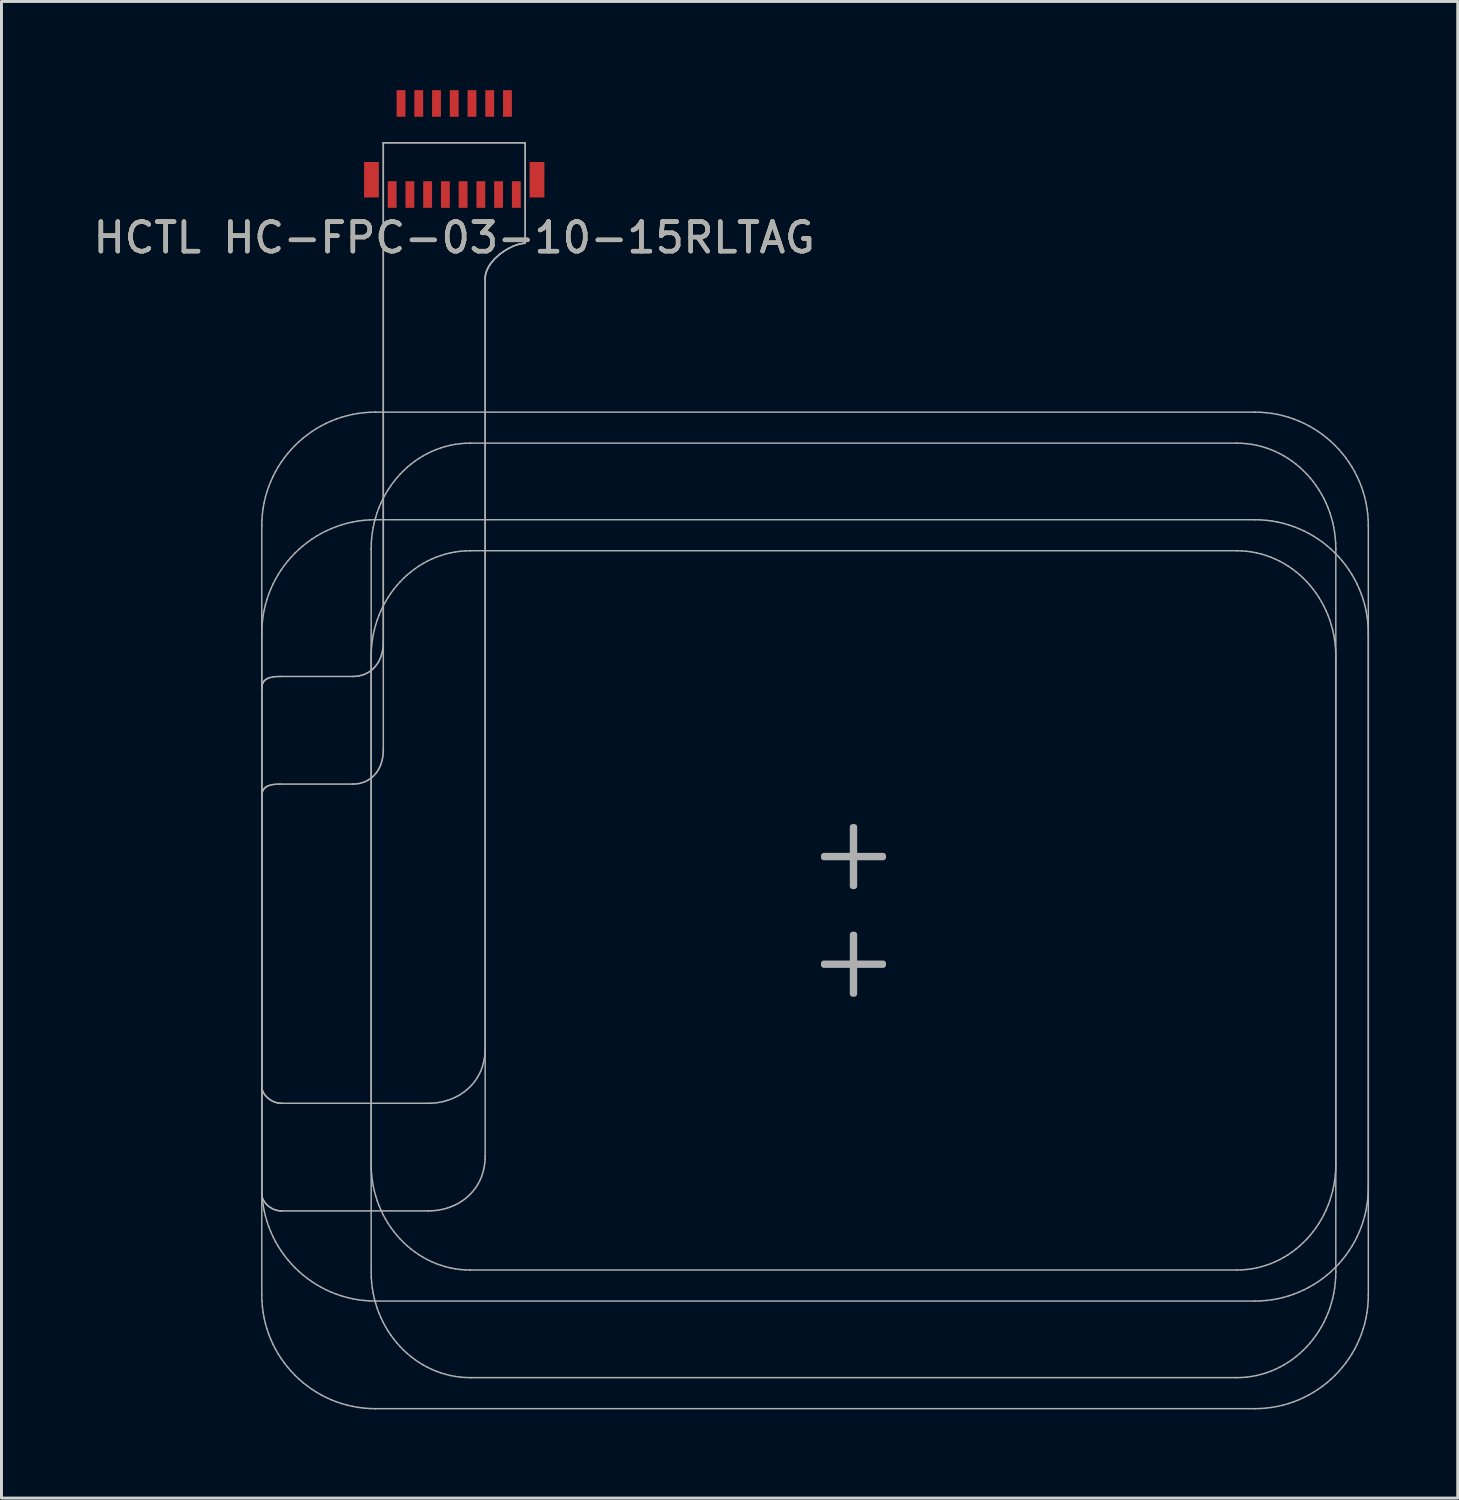
<source format=kicad_pcb>
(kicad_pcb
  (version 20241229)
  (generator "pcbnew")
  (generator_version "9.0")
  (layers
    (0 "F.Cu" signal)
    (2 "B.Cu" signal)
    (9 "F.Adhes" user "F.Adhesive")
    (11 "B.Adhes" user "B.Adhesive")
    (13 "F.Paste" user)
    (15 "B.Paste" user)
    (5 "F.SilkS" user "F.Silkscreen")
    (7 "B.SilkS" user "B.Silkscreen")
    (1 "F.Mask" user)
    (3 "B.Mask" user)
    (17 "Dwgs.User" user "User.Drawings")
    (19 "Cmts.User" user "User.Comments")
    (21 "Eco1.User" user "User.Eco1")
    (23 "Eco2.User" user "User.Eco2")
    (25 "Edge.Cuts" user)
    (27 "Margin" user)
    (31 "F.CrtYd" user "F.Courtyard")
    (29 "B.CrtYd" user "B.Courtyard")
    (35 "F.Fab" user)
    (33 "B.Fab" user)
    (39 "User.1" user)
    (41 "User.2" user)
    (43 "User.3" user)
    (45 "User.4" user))
  (footprint "HCTL HC-FPC-03-10-15RLTAG"
    (layer "F.Cu")
    (at 12.315 1.99)
    (property "Reference" "HCTL HC-FPC-03-10-15RLTAG" (at 0 3 0) (unlocked yes) (layer "F.SilkS") (effects (font (size 1 1) (thickness 0.15))))
    (attr smd)
    (fp_line (start -6.51 12.746) (end -6.51 12.746) (stroke (width 0.05) (type solid)) (layer "F.Fab"))
    (fp_line (start -6.51 12.746) (end -6.51 35.124) (stroke (width 0.05) (type solid)) (layer "F.Fab"))
    (fp_line (start -6.51 16.386) (end -6.51 16.386) (stroke (width 0.05) (type solid)) (layer "F.Fab"))
    (fp_line (start -6.51 16.386) (end -6.51 38.764) (stroke (width 0.05) (type solid)) (layer "F.Fab"))
    (fp_line (start -6.51 18.249) (end -6.51 18.249) (stroke (width 0.05) (type solid)) (layer "F.Fab"))
    (fp_line (start -6.51 18.249) (end -6.51 31.721) (stroke (width 0.05) (type solid)) (layer "F.Fab"))
    (fp_line (start -6.51 31.721) (end -6.51 31.721) (stroke (width 0.05) (type solid)) (layer "F.Fab"))
    (fp_line (start -6.51 31.721) (end -6.509 31.745) (stroke (width 0.05) (type solid)) (layer "F.Fab"))
    (fp_line (start -6.51 35.124) (end -6.505 35.322) (stroke (width 0.05) (type solid)) (layer "F.Fab"))
    (fp_line (start -6.51 38.764) (end -6.505 38.962) (stroke (width 0.05) (type solid)) (layer "F.Fab"))
    (fp_line (start -6.51 21.889) (end -6.51 21.889) (stroke (width 0.05) (type solid)) (layer "F.Fab"))
    (fp_line (start -6.51 21.889) (end -6.51 35.361) (stroke (width 0.05) (type solid)) (layer "F.Fab"))
    (fp_line (start -6.51 35.361) (end -6.51 35.361) (stroke (width 0.05) (type solid)) (layer "F.Fab"))
    (fp_line (start -6.51 35.361) (end -6.509 35.385) (stroke (width 0.05) (type solid)) (layer "F.Fab"))
    (fp_line (start -6.509 18.22) (end -6.51 18.249) (stroke (width 0.05) (type solid)) (layer "F.Fab"))
    (fp_line (start -6.509 21.86) (end -6.51 21.889) (stroke (width 0.05) (type solid)) (layer "F.Fab"))
    (fp_line (start -6.509 31.745) (end -6.506 31.769) (stroke (width 0.05) (type solid)) (layer "F.Fab"))
    (fp_line (start -6.509 35.385) (end -6.506 35.409) (stroke (width 0.05) (type solid)) (layer "F.Fab"))
    (fp_line (start -6.507 18.192) (end -6.509 18.22) (stroke (width 0.05) (type solid)) (layer "F.Fab"))
    (fp_line (start -6.507 21.832) (end -6.509 21.86) (stroke (width 0.05) (type solid)) (layer "F.Fab"))
    (fp_line (start -6.506 31.769) (end -6.502 31.793) (stroke (width 0.05) (type solid)) (layer "F.Fab"))
    (fp_line (start -6.506 35.409) (end -6.502 35.433) (stroke (width 0.05) (type solid)) (layer "F.Fab"))
    (fp_line (start -6.505 35.322) (end -6.49 35.518) (stroke (width 0.05) (type solid)) (layer "F.Fab"))
    (fp_line (start -6.505 38.962) (end -6.49 39.158) (stroke (width 0.05) (type solid)) (layer "F.Fab"))
    (fp_line (start -6.505 12.548) (end -6.51 12.746) (stroke (width 0.05) (type solid)) (layer "F.Fab"))
    (fp_line (start -6.505 16.188) (end -6.51 16.386) (stroke (width 0.05) (type solid)) (layer "F.Fab"))
    (fp_line (start -6.504 18.165) (end -6.507 18.192) (stroke (width 0.05) (type solid)) (layer "F.Fab"))
    (fp_line (start -6.504 21.805) (end -6.507 21.832) (stroke (width 0.05) (type solid)) (layer "F.Fab"))
    (fp_line (start -6.502 31.793) (end -6.496 31.817) (stroke (width 0.05) (type solid)) (layer "F.Fab"))
    (fp_line (start -6.502 35.433) (end -6.496 35.457) (stroke (width 0.05) (type solid)) (layer "F.Fab"))
    (fp_line (start -6.499 18.14) (end -6.504 18.165) (stroke (width 0.05) (type solid)) (layer "F.Fab"))
    (fp_line (start -6.499 21.78) (end -6.504 21.805) (stroke (width 0.05) (type solid)) (layer "F.Fab"))
    (fp_line (start -6.496 31.817) (end -6.489 31.841) (stroke (width 0.05) (type solid)) (layer "F.Fab"))
    (fp_line (start -6.496 35.457) (end -6.489 35.481) (stroke (width 0.05) (type solid)) (layer "F.Fab"))
    (fp_line (start -6.493 18.116) (end -6.499 18.14) (stroke (width 0.05) (type solid)) (layer "F.Fab"))
    (fp_line (start -6.493 21.756) (end -6.499 21.78) (stroke (width 0.05) (type solid)) (layer "F.Fab"))
    (fp_line (start -6.49 35.518) (end -6.466 35.71) (stroke (width 0.05) (type solid)) (layer "F.Fab"))
    (fp_line (start -6.49 39.158) (end -6.466 39.35) (stroke (width 0.05) (type solid)) (layer "F.Fab"))
    (fp_line (start -6.49 12.352) (end -6.505 12.548) (stroke (width 0.05) (type solid)) (layer "F.Fab"))
    (fp_line (start -6.49 15.992) (end -6.505 16.188) (stroke (width 0.05) (type solid)) (layer "F.Fab"))
    (fp_line (start -6.489 31.841) (end -6.479 31.866) (stroke (width 0.05) (type solid)) (layer "F.Fab"))
    (fp_line (start -6.489 35.481) (end -6.479 35.506) (stroke (width 0.05) (type solid)) (layer "F.Fab"))
    (fp_line (start -6.485 18.093) (end -6.493 18.116) (stroke (width 0.05) (type solid)) (layer "F.Fab"))
    (fp_line (start -6.485 21.733) (end -6.493 21.756) (stroke (width 0.05) (type solid)) (layer "F.Fab"))
    (fp_line (start -6.479 31.866) (end -6.469 31.89) (stroke (width 0.05) (type solid)) (layer "F.Fab"))
    (fp_line (start -6.479 35.506) (end -6.469 35.53) (stroke (width 0.05) (type solid)) (layer "F.Fab"))
    (fp_line (start -6.477 18.071) (end -6.485 18.093) (stroke (width 0.05) (type solid)) (layer "F.Fab"))
    (fp_line (start -6.477 21.711) (end -6.485 21.733) (stroke (width 0.05) (type solid)) (layer "F.Fab"))
    (fp_line (start -6.469 31.89) (end -6.457 31.914) (stroke (width 0.05) (type solid)) (layer "F.Fab"))
    (fp_line (start -6.469 35.53) (end -6.457 35.554) (stroke (width 0.05) (type solid)) (layer "F.Fab"))
    (fp_line (start -6.467 18.051) (end -6.477 18.071) (stroke (width 0.05) (type solid)) (layer "F.Fab"))
    (fp_line (start -6.467 21.691) (end -6.477 21.711) (stroke (width 0.05) (type solid)) (layer "F.Fab"))
    (fp_line (start -6.466 35.71) (end -6.432 35.9) (stroke (width 0.05) (type solid)) (layer "F.Fab"))
    (fp_line (start -6.466 39.35) (end -6.432 39.54) (stroke (width 0.05) (type solid)) (layer "F.Fab"))
    (fp_line (start -6.466 12.16) (end -6.49 12.352) (stroke (width 0.05) (type solid)) (layer "F.Fab"))
    (fp_line (start -6.466 15.8) (end -6.49 15.992) (stroke (width 0.05) (type solid)) (layer "F.Fab"))
    (fp_line (start -6.457 31.914) (end -6.443 31.938) (stroke (width 0.05) (type solid)) (layer "F.Fab"))
    (fp_line (start -6.457 35.554) (end -6.443 35.578) (stroke (width 0.05) (type solid)) (layer "F.Fab"))
    (fp_line (start -6.455 18.031) (end -6.467 18.051) (stroke (width 0.05) (type solid)) (layer "F.Fab"))
    (fp_line (start -6.455 21.671) (end -6.467 21.691) (stroke (width 0.05) (type solid)) (layer "F.Fab"))
    (fp_line (start -6.443 31.938) (end -6.428 31.962) (stroke (width 0.05) (type solid)) (layer "F.Fab"))
    (fp_line (start -6.443 35.578) (end -6.428 35.602) (stroke (width 0.05) (type solid)) (layer "F.Fab"))
    (fp_line (start -6.443 18.013) (end -6.455 18.031) (stroke (width 0.05) (type solid)) (layer "F.Fab"))
    (fp_line (start -6.443 21.653) (end -6.455 21.671) (stroke (width 0.05) (type solid)) (layer "F.Fab"))
    (fp_line (start -6.432 35.9) (end -6.389 36.086) (stroke (width 0.05) (type solid)) (layer "F.Fab"))
    (fp_line (start -6.432 39.54) (end -6.389 39.726) (stroke (width 0.05) (type solid)) (layer "F.Fab"))
    (fp_line (start -6.432 11.97) (end -6.466 12.16) (stroke (width 0.05) (type solid)) (layer "F.Fab"))
    (fp_line (start -6.432 15.61) (end -6.466 15.8) (stroke (width 0.05) (type solid)) (layer "F.Fab"))
    (fp_line (start -6.429 17.996) (end -6.443 18.013) (stroke (width 0.05) (type solid)) (layer "F.Fab"))
    (fp_line (start -6.429 21.636) (end -6.443 21.653) (stroke (width 0.05) (type solid)) (layer "F.Fab"))
    (fp_line (start -6.428 31.962) (end -6.412 31.985) (stroke (width 0.05) (type solid)) (layer "F.Fab"))
    (fp_line (start -6.428 35.602) (end -6.412 35.625) (stroke (width 0.05) (type solid)) (layer "F.Fab"))
    (fp_line (start -6.414 17.98) (end -6.429 17.996) (stroke (width 0.05) (type solid)) (layer "F.Fab"))
    (fp_line (start -6.414 21.62) (end -6.429 21.636) (stroke (width 0.05) (type solid)) (layer "F.Fab"))
    (fp_line (start -6.412 31.985) (end -6.394 32.008) (stroke (width 0.05) (type solid)) (layer "F.Fab"))
    (fp_line (start -6.412 35.625) (end -6.394 35.648) (stroke (width 0.05) (type solid)) (layer "F.Fab"))
    (fp_line (start -6.398 17.965) (end -6.414 17.98) (stroke (width 0.05) (type solid)) (layer "F.Fab"))
    (fp_line (start -6.398 21.605) (end -6.414 21.62) (stroke (width 0.05) (type solid)) (layer "F.Fab"))
    (fp_line (start -6.394 32.008) (end -6.376 32.03) (stroke (width 0.05) (type solid)) (layer "F.Fab"))
    (fp_line (start -6.394 35.648) (end -6.376 35.67) (stroke (width 0.05) (type solid)) (layer "F.Fab"))
    (fp_line (start -6.389 36.086) (end -6.337 36.268) (stroke (width 0.05) (type solid)) (layer "F.Fab"))
    (fp_line (start -6.389 39.726) (end -6.337 39.908) (stroke (width 0.05) (type solid)) (layer "F.Fab"))
    (fp_line (start -6.389 11.784) (end -6.432 11.97) (stroke (width 0.05) (type solid)) (layer "F.Fab"))
    (fp_line (start -6.389 15.424) (end -6.432 15.61) (stroke (width 0.05) (type solid)) (layer "F.Fab"))
    (fp_line (start -6.381 17.951) (end -6.398 17.965) (stroke (width 0.05) (type solid)) (layer "F.Fab"))
    (fp_line (start -6.381 21.591) (end -6.398 21.605) (stroke (width 0.05) (type solid)) (layer "F.Fab"))
    (fp_line (start -6.376 32.03) (end -6.356 32.052) (stroke (width 0.05) (type solid)) (layer "F.Fab"))
    (fp_line (start -6.376 35.67) (end -6.356 35.692) (stroke (width 0.05) (type solid)) (layer "F.Fab"))
    (fp_line (start -6.363 17.938) (end -6.381 17.951) (stroke (width 0.05) (type solid)) (layer "F.Fab"))
    (fp_line (start -6.363 21.578) (end -6.381 21.591) (stroke (width 0.05) (type solid)) (layer "F.Fab"))
    (fp_line (start -6.356 32.052) (end -6.334 32.074) (stroke (width 0.05) (type solid)) (layer "F.Fab"))
    (fp_line (start -6.356 35.692) (end -6.334 35.714) (stroke (width 0.05) (type solid)) (layer "F.Fab"))
    (fp_line (start -6.343 17.926) (end -6.363 17.938) (stroke (width 0.05) (type solid)) (layer "F.Fab"))
    (fp_line (start -6.343 21.566) (end -6.363 21.578) (stroke (width 0.05) (type solid)) (layer "F.Fab"))
    (fp_line (start -6.337 36.268) (end -6.277 36.447) (stroke (width 0.05) (type solid)) (layer "F.Fab"))
    (fp_line (start -6.337 39.908) (end -6.277 40.087) (stroke (width 0.05) (type solid)) (layer "F.Fab"))
    (fp_line (start -6.337 11.602) (end -6.389 11.784) (stroke (width 0.05) (type solid)) (layer "F.Fab"))
    (fp_line (start -6.337 15.242) (end -6.389 15.424) (stroke (width 0.05) (type solid)) (layer "F.Fab"))
    (fp_line (start -6.334 32.074) (end -6.312 32.094) (stroke (width 0.05) (type solid)) (layer "F.Fab"))
    (fp_line (start -6.334 35.714) (end -6.312 35.734) (stroke (width 0.05) (type solid)) (layer "F.Fab"))
    (fp_line (start -6.323 17.915) (end -6.343 17.926) (stroke (width 0.05) (type solid)) (layer "F.Fab"))
    (fp_line (start -6.323 21.555) (end -6.343 21.566) (stroke (width 0.05) (type solid)) (layer "F.Fab"))
    (fp_line (start -6.312 32.094) (end -6.289 32.114) (stroke (width 0.05) (type solid)) (layer "F.Fab"))
    (fp_line (start -6.312 35.734) (end -6.289 35.754) (stroke (width 0.05) (type solid)) (layer "F.Fab"))
    (fp_line (start -6.301 17.905) (end -6.323 17.915) (stroke (width 0.05) (type solid)) (layer "F.Fab"))
    (fp_line (start -6.301 21.545) (end -6.323 21.555) (stroke (width 0.05) (type solid)) (layer "F.Fab"))
    (fp_line (start -6.289 32.114) (end -6.265 32.133) (stroke (width 0.05) (type solid)) (layer "F.Fab"))
    (fp_line (start -6.289 35.754) (end -6.265 35.773) (stroke (width 0.05) (type solid)) (layer "F.Fab"))
    (fp_line (start -6.277 36.447) (end -6.208 36.621) (stroke (width 0.05) (type solid)) (layer "F.Fab"))
    (fp_line (start -6.277 40.087) (end -6.208 40.261) (stroke (width 0.05) (type solid)) (layer "F.Fab"))
    (fp_line (start -6.277 11.423) (end -6.337 11.602) (stroke (width 0.05) (type solid)) (layer "F.Fab"))
    (fp_line (start -6.277 15.063) (end -6.337 15.242) (stroke (width 0.05) (type solid)) (layer "F.Fab"))
    (fp_line (start -6.265 32.133) (end -6.239 32.151) (stroke (width 0.05) (type solid)) (layer "F.Fab"))
    (fp_line (start -6.265 35.773) (end -6.239 35.792) (stroke (width 0.05) (type solid)) (layer "F.Fab"))
    (fp_line (start -6.254 17.887) (end -6.301 17.905) (stroke (width 0.05) (type solid)) (layer "F.Fab"))
    (fp_line (start -6.254 21.527) (end -6.301 21.545) (stroke (width 0.05) (type solid)) (layer "F.Fab"))
    (fp_line (start -6.239 32.151) (end -6.213 32.169) (stroke (width 0.05) (type solid)) (layer "F.Fab"))
    (fp_line (start -6.239 35.792) (end -6.213 35.809) (stroke (width 0.05) (type solid)) (layer "F.Fab"))
    (fp_line (start -6.213 32.169) (end -6.186 32.185) (stroke (width 0.05) (type solid)) (layer "F.Fab"))
    (fp_line (start -6.213 35.809) (end -6.186 35.825) (stroke (width 0.05) (type solid)) (layer "F.Fab"))
    (fp_line (start -6.208 36.621) (end -6.131 36.792) (stroke (width 0.05) (type solid)) (layer "F.Fab"))
    (fp_line (start -6.208 40.261) (end -6.131 40.432) (stroke (width 0.05) (type solid)) (layer "F.Fab"))
    (fp_line (start -6.208 11.249) (end -6.277 11.423) (stroke (width 0.05) (type solid)) (layer "F.Fab"))
    (fp_line (start -6.208 14.889) (end -6.277 15.063) (stroke (width 0.05) (type solid)) (layer "F.Fab"))
    (fp_line (start -6.203 17.873) (end -6.254 17.887) (stroke (width 0.05) (type solid)) (layer "F.Fab"))
    (fp_line (start -6.203 21.513) (end -6.254 21.527) (stroke (width 0.05) (type solid)) (layer "F.Fab"))
    (fp_line (start -6.186 32.185) (end -6.158 32.2) (stroke (width 0.05) (type solid)) (layer "F.Fab"))
    (fp_line (start -6.186 35.825) (end -6.158 35.84) (stroke (width 0.05) (type solid)) (layer "F.Fab"))
    (fp_line (start -6.158 32.2) (end -6.13 32.215) (stroke (width 0.05) (type solid)) (layer "F.Fab"))
    (fp_line (start -6.158 35.84) (end -6.13 35.855) (stroke (width 0.05) (type solid)) (layer "F.Fab"))
    (fp_line (start -6.149 17.862) (end -6.203 17.873) (stroke (width 0.05) (type solid)) (layer "F.Fab"))
    (fp_line (start -6.149 21.502) (end -6.203 21.513) (stroke (width 0.05) (type solid)) (layer "F.Fab"))
    (fp_line (start -6.131 36.792) (end -6.046 36.958) (stroke (width 0.05) (type solid)) (layer "F.Fab"))
    (fp_line (start -6.131 40.432) (end -6.046 40.598) (stroke (width 0.05) (type solid)) (layer "F.Fab"))
    (fp_line (start -6.131 11.078) (end -6.208 11.249) (stroke (width 0.05) (type solid)) (layer "F.Fab"))
    (fp_line (start -6.131 14.718) (end -6.208 14.889) (stroke (width 0.05) (type solid)) (layer "F.Fab"))
    (fp_line (start -6.13 32.215) (end -6.1 32.227) (stroke (width 0.05) (type solid)) (layer "F.Fab"))
    (fp_line (start -6.13 35.855) (end -6.1 35.868) (stroke (width 0.05) (type solid)) (layer "F.Fab"))
    (fp_line (start -6.1 32.227) (end -6.07 32.239) (stroke (width 0.05) (type solid)) (layer "F.Fab"))
    (fp_line (start -6.1 35.868) (end -6.07 35.879) (stroke (width 0.05) (type solid)) (layer "F.Fab"))
    (fp_line (start -6.09 17.853) (end -6.149 17.862) (stroke (width 0.05) (type solid)) (layer "F.Fab"))
    (fp_line (start -6.09 21.493) (end -6.149 21.502) (stroke (width 0.05) (type solid)) (layer "F.Fab"))
    (fp_line (start -6.07 32.239) (end -6.04 32.249) (stroke (width 0.05) (type solid)) (layer "F.Fab"))
    (fp_line (start -6.07 35.879) (end -6.04 35.889) (stroke (width 0.05) (type solid)) (layer "F.Fab"))
    (fp_line (start -6.046 36.958) (end -5.953 37.119) (stroke (width 0.05) (type solid)) (layer "F.Fab"))
    (fp_line (start -6.046 40.598) (end -5.953 40.759) (stroke (width 0.05) (type solid)) (layer "F.Fab"))
    (fp_line (start -6.046 10.912) (end -6.131 11.078) (stroke (width 0.05) (type solid)) (layer "F.Fab"))
    (fp_line (start -6.046 14.552) (end -6.131 14.718) (stroke (width 0.05) (type solid)) (layer "F.Fab"))
    (fp_line (start -6.04 32.249) (end -6.008 32.258) (stroke (width 0.05) (type solid)) (layer "F.Fab"))
    (fp_line (start -6.04 35.889) (end -6.008 35.898) (stroke (width 0.05) (type solid)) (layer "F.Fab"))
    (fp_line (start -6.028 17.847) (end -6.09 17.853) (stroke (width 0.05) (type solid)) (layer "F.Fab"))
    (fp_line (start -6.028 21.487) (end -6.09 21.493) (stroke (width 0.05) (type solid)) (layer "F.Fab"))
    (fp_line (start -6.008 32.258) (end -5.977 32.266) (stroke (width 0.05) (type solid)) (layer "F.Fab"))
    (fp_line (start -6.008 35.898) (end -5.977 35.906) (stroke (width 0.05) (type solid)) (layer "F.Fab"))
    (fp_line (start -5.977 32.266) (end -5.944 32.272) (stroke (width 0.05) (type solid)) (layer "F.Fab"))
    (fp_line (start -5.977 35.906) (end -5.944 35.912) (stroke (width 0.05) (type solid)) (layer "F.Fab"))
    (fp_line (start -5.962 17.844) (end -6.028 17.847) (stroke (width 0.05) (type solid)) (layer "F.Fab"))
    (fp_line (start -5.962 21.484) (end -6.028 21.487) (stroke (width 0.05) (type solid)) (layer "F.Fab"))
    (fp_line (start -5.953 37.119) (end -5.853 37.275) (stroke (width 0.05) (type solid)) (layer "F.Fab"))
    (fp_line (start -5.953 40.759) (end -5.853 40.915) (stroke (width 0.05) (type solid)) (layer "F.Fab"))
    (fp_line (start -5.953 10.751) (end -6.046 10.912) (stroke (width 0.05) (type solid)) (layer "F.Fab"))
    (fp_line (start -5.953 14.391) (end -6.046 14.552) (stroke (width 0.05) (type solid)) (layer "F.Fab"))
    (fp_line (start -5.944 32.272) (end -5.911 32.276) (stroke (width 0.05) (type solid)) (layer "F.Fab"))
    (fp_line (start -5.944 35.912) (end -5.911 35.916) (stroke (width 0.05) (type solid)) (layer "F.Fab"))
    (fp_line (start -5.911 32.276) (end -5.878 32.279) (stroke (width 0.05) (type solid)) (layer "F.Fab"))
    (fp_line (start -5.911 35.916) (end -5.878 35.919) (stroke (width 0.05) (type solid)) (layer "F.Fab"))
    (fp_line (start -5.892 17.843) (end -5.962 17.844) (stroke (width 0.05) (type solid)) (layer "F.Fab"))
    (fp_line (start -5.892 17.843) (end -5.892 17.843) (stroke (width 0.05) (type solid)) (layer "F.Fab"))
    (fp_line (start -5.892 21.483) (end -5.962 21.484) (stroke (width 0.05) (type solid)) (layer "F.Fab"))
    (fp_line (start -5.892 21.483) (end -5.892 21.483) (stroke (width 0.05) (type solid)) (layer "F.Fab"))
    (fp_line (start -5.878 32.279) (end -5.845 32.28) (stroke (width 0.05) (type solid)) (layer "F.Fab"))
    (fp_line (start -5.878 35.919) (end -5.845 35.92) (stroke (width 0.05) (type solid)) (layer "F.Fab"))
    (fp_line (start -5.853 37.275) (end -5.746 37.425) (stroke (width 0.05) (type solid)) (layer "F.Fab"))
    (fp_line (start -5.853 40.915) (end -5.746 41.065) (stroke (width 0.05) (type solid)) (layer "F.Fab"))
    (fp_line (start -5.853 10.595) (end -5.953 10.751) (stroke (width 0.05) (type solid)) (layer "F.Fab"))
    (fp_line (start -5.853 14.235) (end -5.953 14.391) (stroke (width 0.05) (type solid)) (layer "F.Fab"))
    (fp_line (start -5.845 32.28) (end -5.845 32.28) (stroke (width 0.05) (type solid)) (layer "F.Fab"))
    (fp_line (start -5.845 32.28) (end -5.845 32.28) (stroke (width 0.05) (type solid)) (layer "F.Fab"))
    (fp_line (start -5.845 32.28) (end -0.879 32.28) (stroke (width 0.05) (type solid)) (layer "F.Fab"))
    (fp_line (start -5.845 35.92) (end -0.879 35.92) (stroke (width 0.05) (type solid)) (layer "F.Fab"))
    (fp_line (start -5.845 35.92) (end -5.845 35.92) (stroke (width 0.05) (type solid)) (layer "F.Fab"))
    (fp_line (start -5.845 35.92) (end -5.845 35.92) (stroke (width 0.05) (type solid)) (layer "F.Fab"))
    (fp_line (start -5.746 37.425) (end -5.632 37.571) (stroke (width 0.05) (type solid)) (layer "F.Fab"))
    (fp_line (start -5.746 41.065) (end -5.632 41.211) (stroke (width 0.05) (type solid)) (layer "F.Fab"))
    (fp_line (start -5.746 10.445) (end -5.853 10.595) (stroke (width 0.05) (type solid)) (layer "F.Fab"))
    (fp_line (start -5.746 14.085) (end -5.853 14.235) (stroke (width 0.05) (type solid)) (layer "F.Fab"))
    (fp_line (start -5.632 37.571) (end -5.511 37.71) (stroke (width 0.05) (type solid)) (layer "F.Fab"))
    (fp_line (start -5.632 41.211) (end -5.511 41.35) (stroke (width 0.05) (type solid)) (layer "F.Fab"))
    (fp_line (start -5.632 10.299) (end -5.746 10.445) (stroke (width 0.05) (type solid)) (layer "F.Fab"))
    (fp_line (start -5.632 13.939) (end -5.746 14.085) (stroke (width 0.05) (type solid)) (layer "F.Fab"))
    (fp_line (start -5.511 37.71) (end -5.384 37.844) (stroke (width 0.05) (type solid)) (layer "F.Fab"))
    (fp_line (start -5.511 41.35) (end -5.384 41.484) (stroke (width 0.05) (type solid)) (layer "F.Fab"))
    (fp_line (start -5.511 10.16) (end -5.632 10.299) (stroke (width 0.05) (type solid)) (layer "F.Fab"))
    (fp_line (start -5.511 13.8) (end -5.632 13.939) (stroke (width 0.05) (type solid)) (layer "F.Fab"))
    (fp_line (start -5.384 37.844) (end -5.25 37.971) (stroke (width 0.05) (type solid)) (layer "F.Fab"))
    (fp_line (start -5.384 41.484) (end -5.25 41.611) (stroke (width 0.05) (type solid)) (layer "F.Fab"))
    (fp_line (start -5.384 10.026) (end -5.511 10.16) (stroke (width 0.05) (type solid)) (layer "F.Fab"))
    (fp_line (start -5.384 13.666) (end -5.511 13.8) (stroke (width 0.05) (type solid)) (layer "F.Fab"))
    (fp_line (start -5.25 37.971) (end -5.111 38.092) (stroke (width 0.05) (type solid)) (layer "F.Fab"))
    (fp_line (start -5.25 41.611) (end -5.111 41.732) (stroke (width 0.05) (type solid)) (layer "F.Fab"))
    (fp_line (start -5.25 9.899) (end -5.384 10.026) (stroke (width 0.05) (type solid)) (layer "F.Fab"))
    (fp_line (start -5.25 13.539) (end -5.384 13.666) (stroke (width 0.05) (type solid)) (layer "F.Fab"))
    (fp_line (start -5.111 38.092) (end -4.965 38.206) (stroke (width 0.05) (type solid)) (layer "F.Fab"))
    (fp_line (start -5.111 41.732) (end -4.965 41.846) (stroke (width 0.05) (type solid)) (layer "F.Fab"))
    (fp_line (start -5.111 9.778) (end -5.25 9.899) (stroke (width 0.05) (type solid)) (layer "F.Fab"))
    (fp_line (start -5.111 13.418) (end -5.25 13.539) (stroke (width 0.05) (type solid)) (layer "F.Fab"))
    (fp_line (start -4.965 38.206) (end -4.815 38.313) (stroke (width 0.05) (type solid)) (layer "F.Fab"))
    (fp_line (start -4.965 41.846) (end -4.815 41.953) (stroke (width 0.05) (type solid)) (layer "F.Fab"))
    (fp_line (start -4.965 9.664) (end -5.111 9.778) (stroke (width 0.05) (type solid)) (layer "F.Fab"))
    (fp_line (start -4.965 13.304) (end -5.111 13.418) (stroke (width 0.05) (type solid)) (layer "F.Fab"))
    (fp_line (start -4.815 38.313) (end -4.659 38.413) (stroke (width 0.05) (type solid)) (layer "F.Fab"))
    (fp_line (start -4.815 41.953) (end -4.659 42.054) (stroke (width 0.05) (type solid)) (layer "F.Fab"))
    (fp_line (start -4.815 9.557) (end -4.965 9.664) (stroke (width 0.05) (type solid)) (layer "F.Fab"))
    (fp_line (start -4.815 13.197) (end -4.965 13.304) (stroke (width 0.05) (type solid)) (layer "F.Fab"))
    (fp_line (start -4.659 38.413) (end -4.497 38.506) (stroke (width 0.05) (type solid)) (layer "F.Fab"))
    (fp_line (start -4.659 42.054) (end -4.497 42.146) (stroke (width 0.05) (type solid)) (layer "F.Fab"))
    (fp_line (start -4.659 9.456) (end -4.815 9.557) (stroke (width 0.05) (type solid)) (layer "F.Fab"))
    (fp_line (start -4.659 13.097) (end -4.815 13.197) (stroke (width 0.05) (type solid)) (layer "F.Fab"))
    (fp_line (start -4.497 38.506) (end -4.332 38.591) (stroke (width 0.05) (type solid)) (layer "F.Fab"))
    (fp_line (start -4.497 42.146) (end -4.332 42.231) (stroke (width 0.05) (type solid)) (layer "F.Fab"))
    (fp_line (start -4.497 9.364) (end -4.659 9.456) (stroke (width 0.05) (type solid)) (layer "F.Fab"))
    (fp_line (start -4.497 13.004) (end -4.659 13.097) (stroke (width 0.05) (type solid)) (layer "F.Fab"))
    (fp_line (start -4.332 38.591) (end -4.161 38.668) (stroke (width 0.05) (type solid)) (layer "F.Fab"))
    (fp_line (start -4.332 42.231) (end -4.161 42.308) (stroke (width 0.05) (type solid)) (layer "F.Fab"))
    (fp_line (start -4.332 9.279) (end -4.497 9.364) (stroke (width 0.05) (type solid)) (layer "F.Fab"))
    (fp_line (start -4.332 12.919) (end -4.497 13.004) (stroke (width 0.05) (type solid)) (layer "F.Fab"))
    (fp_line (start -4.161 38.668) (end -3.987 38.737) (stroke (width 0.05) (type solid)) (layer "F.Fab"))
    (fp_line (start -4.161 42.308) (end -3.987 42.377) (stroke (width 0.05) (type solid)) (layer "F.Fab"))
    (fp_line (start -4.161 9.202) (end -4.332 9.279) (stroke (width 0.05) (type solid)) (layer "F.Fab"))
    (fp_line (start -4.161 12.842) (end -4.332 12.919) (stroke (width 0.05) (type solid)) (layer "F.Fab"))
    (fp_line (start -3.987 38.737) (end -3.808 38.797) (stroke (width 0.05) (type solid)) (layer "F.Fab"))
    (fp_line (start -3.987 42.377) (end -3.808 42.437) (stroke (width 0.05) (type solid)) (layer "F.Fab"))
    (fp_line (start -3.987 9.133) (end -4.161 9.202) (stroke (width 0.05) (type solid)) (layer "F.Fab"))
    (fp_line (start -3.987 12.773) (end -4.161 12.842) (stroke (width 0.05) (type solid)) (layer "F.Fab"))
    (fp_line (start -3.808 9.073) (end -3.987 9.133) (stroke (width 0.05) (type solid)) (layer "F.Fab"))
    (fp_line (start -3.808 12.713) (end -3.987 12.773) (stroke (width 0.05) (type solid)) (layer "F.Fab"))
    (fp_line (start -3.808 38.797) (end -3.625 38.849) (stroke (width 0.05) (type solid)) (layer "F.Fab"))
    (fp_line (start -3.808 42.437) (end -3.625 42.489) (stroke (width 0.05) (type solid)) (layer "F.Fab"))
    (fp_line (start -3.625 38.849) (end -3.439 38.892) (stroke (width 0.05) (type solid)) (layer "F.Fab"))
    (fp_line (start -3.625 42.489) (end -3.439 42.532) (stroke (width 0.05) (type solid)) (layer "F.Fab"))
    (fp_line (start -3.625 9.021) (end -3.808 9.073) (stroke (width 0.05) (type solid)) (layer "F.Fab"))
    (fp_line (start -3.625 12.661) (end -3.808 12.713) (stroke (width 0.05) (type solid)) (layer "F.Fab"))
    (fp_line (start -3.445 17.843) (end -5.892 17.843) (stroke (width 0.05) (type solid)) (layer "F.Fab"))
    (fp_line (start -3.445 17.843) (end -3.445 17.843) (stroke (width 0.05) (type solid)) (layer "F.Fab"))
    (fp_line (start -3.445 21.483) (end -5.892 21.483) (stroke (width 0.05) (type solid)) (layer "F.Fab"))
    (fp_line (start -3.445 21.483) (end -3.445 21.483) (stroke (width 0.05) (type solid)) (layer "F.Fab"))
    (fp_line (start -3.439 38.892) (end -3.25 38.926) (stroke (width 0.05) (type solid)) (layer "F.Fab"))
    (fp_line (start -3.439 42.532) (end -3.25 42.566) (stroke (width 0.05) (type solid)) (layer "F.Fab"))
    (fp_line (start -3.439 8.978) (end -3.625 9.021) (stroke (width 0.05) (type solid)) (layer "F.Fab"))
    (fp_line (start -3.439 12.618) (end -3.625 12.661) (stroke (width 0.05) (type solid)) (layer "F.Fab"))
    (fp_line (start -3.385 17.842) (end -3.445 17.843) (stroke (width 0.05) (type solid)) (layer "F.Fab"))
    (fp_line (start -3.385 21.482) (end -3.445 21.483) (stroke (width 0.05) (type solid)) (layer "F.Fab"))
    (fp_line (start -3.326 17.837) (end -3.385 17.842) (stroke (width 0.05) (type solid)) (layer "F.Fab"))
    (fp_line (start -3.326 21.477) (end -3.385 21.482) (stroke (width 0.05) (type solid)) (layer "F.Fab"))
    (fp_line (start -3.269 17.83) (end -3.326 17.837) (stroke (width 0.05) (type solid)) (layer "F.Fab"))
    (fp_line (start -3.269 21.47) (end -3.326 21.477) (stroke (width 0.05) (type solid)) (layer "F.Fab"))
    (fp_line (start -3.25 8.944) (end -3.439 8.978) (stroke (width 0.05) (type solid)) (layer "F.Fab"))
    (fp_line (start -3.25 12.584) (end -3.439 12.618) (stroke (width 0.05) (type solid)) (layer "F.Fab"))
    (fp_line (start -3.25 38.926) (end -3.058 38.95) (stroke (width 0.05) (type solid)) (layer "F.Fab"))
    (fp_line (start -3.25 42.566) (end -3.058 42.59) (stroke (width 0.05) (type solid)) (layer "F.Fab"))
    (fp_line (start -3.214 17.821) (end -3.269 17.83) (stroke (width 0.05) (type solid)) (layer "F.Fab"))
    (fp_line (start -3.214 21.461) (end -3.269 21.47) (stroke (width 0.05) (type solid)) (layer "F.Fab"))
    (fp_line (start -3.16 17.808) (end -3.214 17.821) (stroke (width 0.05) (type solid)) (layer "F.Fab"))
    (fp_line (start -3.16 21.448) (end -3.214 21.461) (stroke (width 0.05) (type solid)) (layer "F.Fab"))
    (fp_line (start -3.108 17.793) (end -3.16 17.808) (stroke (width 0.05) (type solid)) (layer "F.Fab"))
    (fp_line (start -3.108 21.433) (end -3.16 21.448) (stroke (width 0.05) (type solid)) (layer "F.Fab"))
    (fp_line (start -3.058 8.92) (end -3.25 8.944) (stroke (width 0.05) (type solid)) (layer "F.Fab"))
    (fp_line (start -3.058 12.56) (end -3.25 12.584) (stroke (width 0.05) (type solid)) (layer "F.Fab"))
    (fp_line (start -3.058 38.95) (end -2.862 38.965) (stroke (width 0.05) (type solid)) (layer "F.Fab"))
    (fp_line (start -3.058 42.59) (end -2.862 42.605) (stroke (width 0.05) (type solid)) (layer "F.Fab"))
    (fp_line (start -3.057 17.776) (end -3.108 17.793) (stroke (width 0.05) (type solid)) (layer "F.Fab"))
    (fp_line (start -3.057 21.416) (end -3.108 21.433) (stroke (width 0.05) (type solid)) (layer "F.Fab"))
    (fp_line (start -3.008 17.756) (end -3.057 17.776) (stroke (width 0.05) (type solid)) (layer "F.Fab"))
    (fp_line (start -3.008 21.396) (end -3.057 21.416) (stroke (width 0.05) (type solid)) (layer "F.Fab"))
    (fp_line (start -2.961 17.733) (end -3.008 17.756) (stroke (width 0.05) (type solid)) (layer "F.Fab"))
    (fp_line (start -2.961 21.374) (end -3.008 21.396) (stroke (width 0.05) (type solid)) (layer "F.Fab"))
    (fp_line (start -2.916 17.709) (end -2.961 17.733) (stroke (width 0.05) (type solid)) (layer "F.Fab"))
    (fp_line (start -2.916 21.349) (end -2.961 21.374) (stroke (width 0.05) (type solid)) (layer "F.Fab"))
    (fp_line (start -2.872 17.682) (end -2.916 17.709) (stroke (width 0.05) (type solid)) (layer "F.Fab"))
    (fp_line (start -2.872 21.322) (end -2.916 21.349) (stroke (width 0.05) (type solid)) (layer "F.Fab"))
    (fp_line (start -2.862 8.905) (end -3.058 8.92) (stroke (width 0.05) (type solid)) (layer "F.Fab"))
    (fp_line (start -2.862 12.545) (end -3.058 12.56) (stroke (width 0.05) (type solid)) (layer "F.Fab"))
    (fp_line (start -2.862 38.965) (end -2.664 38.97) (stroke (width 0.05) (type solid)) (layer "F.Fab"))
    (fp_line (start -2.862 42.605) (end -2.664 42.61) (stroke (width 0.05) (type solid)) (layer "F.Fab"))
    (fp_line (start -2.83 17.652) (end -2.872 17.682) (stroke (width 0.05) (type solid)) (layer "F.Fab"))
    (fp_line (start -2.83 21.292) (end -2.872 21.322) (stroke (width 0.05) (type solid)) (layer "F.Fab"))
    (fp_line (start -2.81 13.527) (end -2.81 13.527) (stroke (width 0.05) (type solid)) (layer "F.Fab"))
    (fp_line (start -2.81 13.527) (end -2.81 34.343) (stroke (width 0.05) (type solid)) (layer "F.Fab"))
    (fp_line (start -2.81 17.167) (end -2.81 17.167) (stroke (width 0.05) (type solid)) (layer "F.Fab"))
    (fp_line (start -2.81 17.167) (end -2.81 37.983) (stroke (width 0.05) (type solid)) (layer "F.Fab"))
    (fp_line (start -2.81 34.343) (end -2.806 34.527) (stroke (width 0.05) (type solid)) (layer "F.Fab"))
    (fp_line (start -2.81 37.983) (end -2.806 38.167) (stroke (width 0.05) (type solid)) (layer "F.Fab"))
    (fp_line (start -2.806 13.343) (end -2.81 13.527) (stroke (width 0.05) (type solid)) (layer "F.Fab"))
    (fp_line (start -2.806 16.983) (end -2.81 17.167) (stroke (width 0.05) (type solid)) (layer "F.Fab"))
    (fp_line (start -2.806 34.527) (end -2.793 34.709) (stroke (width 0.05) (type solid)) (layer "F.Fab"))
    (fp_line (start -2.806 38.167) (end -2.793 38.349) (stroke (width 0.05) (type solid)) (layer "F.Fab"))
    (fp_line (start -2.793 13.161) (end -2.806 13.343) (stroke (width 0.05) (type solid)) (layer "F.Fab"))
    (fp_line (start -2.793 16.801) (end -2.806 16.983) (stroke (width 0.05) (type solid)) (layer "F.Fab"))
    (fp_line (start -2.793 34.709) (end -2.771 34.888) (stroke (width 0.05) (type solid)) (layer "F.Fab"))
    (fp_line (start -2.793 38.349) (end -2.771 38.528) (stroke (width 0.05) (type solid)) (layer "F.Fab"))
    (fp_line (start -2.789 17.621) (end -2.83 17.652) (stroke (width 0.05) (type solid)) (layer "F.Fab"))
    (fp_line (start -2.789 21.261) (end -2.83 21.292) (stroke (width 0.05) (type solid)) (layer "F.Fab"))
    (fp_line (start -2.771 12.982) (end -2.793 13.161) (stroke (width 0.05) (type solid)) (layer "F.Fab"))
    (fp_line (start -2.771 16.622) (end -2.793 16.801) (stroke (width 0.05) (type solid)) (layer "F.Fab"))
    (fp_line (start -2.771 34.888) (end -2.742 35.064) (stroke (width 0.05) (type solid)) (layer "F.Fab"))
    (fp_line (start -2.771 38.528) (end -2.742 38.704) (stroke (width 0.05) (type solid)) (layer "F.Fab"))
    (fp_line (start -2.751 17.587) (end -2.789 17.621) (stroke (width 0.05) (type solid)) (layer "F.Fab"))
    (fp_line (start -2.751 21.227) (end -2.789 21.261) (stroke (width 0.05) (type solid)) (layer "F.Fab"))
    (fp_line (start -2.742 12.806) (end -2.771 12.982) (stroke (width 0.05) (type solid)) (layer "F.Fab"))
    (fp_line (start -2.742 16.446) (end -2.771 16.622) (stroke (width 0.05) (type solid)) (layer "F.Fab"))
    (fp_line (start -2.742 35.064) (end -2.705 35.237) (stroke (width 0.05) (type solid)) (layer "F.Fab"))
    (fp_line (start -2.742 38.704) (end -2.705 38.877) (stroke (width 0.05) (type solid)) (layer "F.Fab"))
    (fp_line (start -2.714 17.551) (end -2.751 17.587) (stroke (width 0.05) (type solid)) (layer "F.Fab"))
    (fp_line (start -2.714 21.191) (end -2.751 21.227) (stroke (width 0.05) (type solid)) (layer "F.Fab"))
    (fp_line (start -2.705 12.633) (end -2.742 12.806) (stroke (width 0.05) (type solid)) (layer "F.Fab"))
    (fp_line (start -2.705 16.273) (end -2.742 16.446) (stroke (width 0.05) (type solid)) (layer "F.Fab"))
    (fp_line (start -2.705 35.237) (end -2.659 35.407) (stroke (width 0.05) (type solid)) (layer "F.Fab"))
    (fp_line (start -2.705 38.877) (end -2.659 39.047) (stroke (width 0.05) (type solid)) (layer "F.Fab"))
    (fp_line (start -2.679 17.513) (end -2.714 17.551) (stroke (width 0.05) (type solid)) (layer "F.Fab"))
    (fp_line (start -2.679 21.153) (end -2.714 21.191) (stroke (width 0.05) (type solid)) (layer "F.Fab"))
    (fp_line (start -2.664 8.9) (end -2.862 8.905) (stroke (width 0.05) (type solid)) (layer "F.Fab"))
    (fp_line (start -2.664 8.9) (end -2.664 8.9) (stroke (width 0.05) (type solid)) (layer "F.Fab"))
    (fp_line (start -2.664 12.54) (end -2.862 12.545) (stroke (width 0.05) (type solid)) (layer "F.Fab"))
    (fp_line (start -2.664 12.54) (end -2.664 12.54) (stroke (width 0.05) (type solid)) (layer "F.Fab"))
    (fp_line (start -2.664 38.97) (end -2.664 38.97) (stroke (width 0.05) (type solid)) (layer "F.Fab"))
    (fp_line (start -2.664 38.97) (end 27.076 38.97) (stroke (width 0.05) (type solid)) (layer "F.Fab"))
    (fp_line (start -2.664 42.61) (end -2.664 42.61) (stroke (width 0.05) (type solid)) (layer "F.Fab"))
    (fp_line (start -2.664 42.61) (end 27.076 42.61) (stroke (width 0.05) (type solid)) (layer "F.Fab"))
    (fp_line (start -2.659 12.463) (end -2.705 12.633) (stroke (width 0.05) (type solid)) (layer "F.Fab"))
    (fp_line (start -2.659 16.103) (end -2.705 16.273) (stroke (width 0.05) (type solid)) (layer "F.Fab"))
    (fp_line (start -2.659 35.407) (end -2.607 35.573) (stroke (width 0.05) (type solid)) (layer "F.Fab"))
    (fp_line (start -2.659 39.047) (end -2.607 39.213) (stroke (width 0.05) (type solid)) (layer "F.Fab"))
    (fp_line (start -2.647 17.474) (end -2.679 17.513) (stroke (width 0.05) (type solid)) (layer "F.Fab"))
    (fp_line (start -2.646 21.114) (end -2.679 21.153) (stroke (width 0.05) (type solid)) (layer "F.Fab"))
    (fp_line (start -2.616 17.432) (end -2.647 17.474) (stroke (width 0.05) (type solid)) (layer "F.Fab"))
    (fp_line (start -2.616 21.072) (end -2.646 21.114) (stroke (width 0.05) (type solid)) (layer "F.Fab"))
    (fp_line (start -2.607 12.297) (end -2.659 12.463) (stroke (width 0.05) (type solid)) (layer "F.Fab"))
    (fp_line (start -2.607 15.937) (end -2.659 16.103) (stroke (width 0.05) (type solid)) (layer "F.Fab"))
    (fp_line (start -2.607 35.573) (end -2.547 35.735) (stroke (width 0.05) (type solid)) (layer "F.Fab"))
    (fp_line (start -2.607 39.213) (end -2.547 39.375) (stroke (width 0.05) (type solid)) (layer "F.Fab"))
    (fp_line (start -2.587 17.388) (end -2.616 17.432) (stroke (width 0.05) (type solid)) (layer "F.Fab"))
    (fp_line (start -2.587 21.028) (end -2.616 21.072) (stroke (width 0.05) (type solid)) (layer "F.Fab"))
    (fp_line (start -2.559 17.343) (end -2.587 17.388) (stroke (width 0.05) (type solid)) (layer "F.Fab"))
    (fp_line (start -2.559 20.983) (end -2.587 21.028) (stroke (width 0.05) (type solid)) (layer "F.Fab"))
    (fp_line (start -2.547 12.135) (end -2.607 12.297) (stroke (width 0.05) (type solid)) (layer "F.Fab"))
    (fp_line (start -2.547 15.775) (end -2.607 15.937) (stroke (width 0.05) (type solid)) (layer "F.Fab"))
    (fp_line (start -2.547 35.735) (end -2.479 35.894) (stroke (width 0.05) (type solid)) (layer "F.Fab"))
    (fp_line (start -2.547 39.375) (end -2.479 39.534) (stroke (width 0.05) (type solid)) (layer "F.Fab"))
    (fp_line (start -2.534 17.296) (end -2.559 17.343) (stroke (width 0.05) (type solid)) (layer "F.Fab"))
    (fp_line (start -2.534 20.936) (end -2.559 20.983) (stroke (width 0.05) (type solid)) (layer "F.Fab"))
    (fp_line (start -2.511 17.247) (end -2.534 17.296) (stroke (width 0.05) (type solid)) (layer "F.Fab"))
    (fp_line (start -2.511 20.887) (end -2.534 20.936) (stroke (width 0.05) (type solid)) (layer "F.Fab"))
    (fp_line (start -2.49 17.196) (end -2.511 17.247) (stroke (width 0.05) (type solid)) (layer "F.Fab"))
    (fp_line (start -2.49 20.836) (end -2.511 20.887) (stroke (width 0.05) (type solid)) (layer "F.Fab"))
    (fp_line (start -2.479 11.976) (end -2.547 12.135) (stroke (width 0.05) (type solid)) (layer "F.Fab"))
    (fp_line (start -2.479 15.616) (end -2.547 15.775) (stroke (width 0.05) (type solid)) (layer "F.Fab"))
    (fp_line (start -2.479 35.894) (end -2.405 36.048) (stroke (width 0.05) (type solid)) (layer "F.Fab"))
    (fp_line (start -2.479 39.534) (end -2.405 39.688) (stroke (width 0.05) (type solid)) (layer "F.Fab"))
    (fp_line (start -2.472 17.144) (end -2.49 17.196) (stroke (width 0.05) (type solid)) (layer "F.Fab"))
    (fp_line (start -2.472 20.784) (end -2.49 20.836) (stroke (width 0.05) (type solid)) (layer "F.Fab"))
    (fp_line (start -2.455 17.09) (end -2.472 17.144) (stroke (width 0.05) (type solid)) (layer "F.Fab"))
    (fp_line (start -2.455 20.73) (end -2.472 20.784) (stroke (width 0.05) (type solid)) (layer "F.Fab"))
    (fp_line (start -2.44 17.035) (end -2.455 17.09) (stroke (width 0.05) (type solid)) (layer "F.Fab"))
    (fp_line (start -2.44 20.675) (end -2.455 20.73) (stroke (width 0.05) (type solid)) (layer "F.Fab"))
    (fp_line (start -2.428 16.978) (end -2.44 17.035) (stroke (width 0.05) (type solid)) (layer "F.Fab"))
    (fp_line (start -2.428 20.619) (end -2.44 20.675) (stroke (width 0.05) (type solid)) (layer "F.Fab"))
    (fp_line (start -2.418 16.921) (end -2.428 16.978) (stroke (width 0.05) (type solid)) (layer "F.Fab"))
    (fp_line (start -2.418 20.561) (end -2.428 20.619) (stroke (width 0.05) (type solid)) (layer "F.Fab"))
    (fp_line (start -2.41 16.861) (end -2.418 16.921) (stroke (width 0.05) (type solid)) (layer "F.Fab"))
    (fp_line (start -2.41 20.501) (end -2.418 20.561) (stroke (width 0.05) (type solid)) (layer "F.Fab"))
    (fp_line (start -2.405 11.822) (end -2.479 11.976) (stroke (width 0.05) (type solid)) (layer "F.Fab"))
    (fp_line (start -2.405 15.462) (end -2.479 15.616) (stroke (width 0.05) (type solid)) (layer "F.Fab"))
    (fp_line (start -2.405 36.048) (end -2.325 36.198) (stroke (width 0.05) (type solid)) (layer "F.Fab"))
    (fp_line (start -2.405 39.688) (end -2.325 39.838) (stroke (width 0.05) (type solid)) (layer "F.Fab"))
    (fp_line (start -2.404 16.801) (end -2.41 16.861) (stroke (width 0.05) (type solid)) (layer "F.Fab"))
    (fp_line (start -2.404 20.441) (end -2.41 20.501) (stroke (width 0.05) (type solid)) (layer "F.Fab"))
    (fp_line (start -2.4 16.739) (end -2.404 16.801) (stroke (width 0.05) (type solid)) (layer "F.Fab"))
    (fp_line (start -2.4 20.379) (end -2.404 20.441) (stroke (width 0.05) (type solid)) (layer "F.Fab"))
    (fp_line (start -2.399 -0.21) (end -2.399 -0.21) (stroke (width 0.05) (type solid)) (layer "F.Fab"))
    (fp_line (start -2.399 -0.21) (end -2.399 16.676) (stroke (width 0.05) (type solid)) (layer "F.Fab"))
    (fp_line (start -2.399 16.676) (end -2.4 16.739) (stroke (width 0.05) (type solid)) (layer "F.Fab"))
    (fp_line (start -2.399 16.676) (end -2.399 16.676) (stroke (width 0.05) (type solid)) (layer "F.Fab"))
    (fp_line (start -2.399 20.316) (end -2.4 20.379) (stroke (width 0.05) (type solid)) (layer "F.Fab"))
    (fp_line (start -2.399 20.316) (end -2.399 20.316) (stroke (width 0.05) (type solid)) (layer "F.Fab"))
    (fp_line (start -2.399 -0.21) (end -2.399 20.316) (stroke (width 0.05) (type solid)) (layer "F.Fab"))
    (fp_line (start -2.399 -0.21) (end -2.399 -0.21) (stroke (width 0.05) (type solid)) (layer "F.Fab"))
    (fp_line (start -2.325 11.672) (end -2.405 11.822) (stroke (width 0.05) (type solid)) (layer "F.Fab"))
    (fp_line (start -2.325 15.312) (end -2.405 15.462) (stroke (width 0.05) (type solid)) (layer "F.Fab"))
    (fp_line (start -2.325 36.198) (end -2.238 36.343) (stroke (width 0.05) (type solid)) (layer "F.Fab"))
    (fp_line (start -2.325 39.838) (end -2.238 39.983) (stroke (width 0.05) (type solid)) (layer "F.Fab"))
    (fp_line (start -2.238 11.527) (end -2.325 11.672) (stroke (width 0.05) (type solid)) (layer "F.Fab"))
    (fp_line (start -2.238 15.167) (end -2.325 15.312) (stroke (width 0.05) (type solid)) (layer "F.Fab"))
    (fp_line (start -2.238 36.343) (end -2.144 36.483) (stroke (width 0.05) (type solid)) (layer "F.Fab"))
    (fp_line (start -2.238 39.983) (end -2.144 40.123) (stroke (width 0.05) (type solid)) (layer "F.Fab"))
    (fp_line (start -2.144 11.387) (end -2.238 11.527) (stroke (width 0.05) (type solid)) (layer "F.Fab"))
    (fp_line (start -2.144 15.027) (end -2.238 15.167) (stroke (width 0.05) (type solid)) (layer "F.Fab"))
    (fp_line (start -2.144 36.483) (end -2.045 36.618) (stroke (width 0.05) (type solid)) (layer "F.Fab"))
    (fp_line (start -2.144 40.123) (end -2.045 40.258) (stroke (width 0.05) (type solid)) (layer "F.Fab"))
    (fp_line (start -2.045 11.252) (end -2.144 11.387) (stroke (width 0.05) (type solid)) (layer "F.Fab"))
    (fp_line (start -2.045 14.892) (end -2.144 15.027) (stroke (width 0.05) (type solid)) (layer "F.Fab"))
    (fp_line (start -2.045 36.618) (end -1.939 36.748) (stroke (width 0.05) (type solid)) (layer "F.Fab"))
    (fp_line (start -2.045 40.258) (end -1.939 40.388) (stroke (width 0.05) (type solid)) (layer "F.Fab"))
    (fp_line (start -1.939 11.122) (end -2.045 11.252) (stroke (width 0.05) (type solid)) (layer "F.Fab"))
    (fp_line (start -1.939 14.762) (end -2.045 14.892) (stroke (width 0.05) (type solid)) (layer "F.Fab"))
    (fp_line (start -1.939 36.748) (end -1.828 36.872) (stroke (width 0.05) (type solid)) (layer "F.Fab"))
    (fp_line (start -1.939 40.388) (end -1.828 40.512) (stroke (width 0.05) (type solid)) (layer "F.Fab"))
    (fp_line (start -1.828 10.998) (end -1.939 11.122) (stroke (width 0.05) (type solid)) (layer "F.Fab"))
    (fp_line (start -1.828 14.638) (end -1.939 14.762) (stroke (width 0.05) (type solid)) (layer "F.Fab"))
    (fp_line (start -1.828 36.872) (end -1.712 36.991) (stroke (width 0.05) (type solid)) (layer "F.Fab"))
    (fp_line (start -1.828 40.512) (end -1.712 40.631) (stroke (width 0.05) (type solid)) (layer "F.Fab"))
    (fp_line (start -1.712 10.879) (end -1.828 10.998) (stroke (width 0.05) (type solid)) (layer "F.Fab"))
    (fp_line (start -1.712 14.519) (end -1.828 14.638) (stroke (width 0.05) (type solid)) (layer "F.Fab"))
    (fp_line (start -1.712 36.991) (end -1.59 37.103) (stroke (width 0.05) (type solid)) (layer "F.Fab"))
    (fp_line (start -1.712 40.631) (end -1.59 40.743) (stroke (width 0.05) (type solid)) (layer "F.Fab"))
    (fp_line (start -1.59 10.767) (end -1.712 10.879) (stroke (width 0.05) (type solid)) (layer "F.Fab"))
    (fp_line (start -1.59 14.407) (end -1.712 14.519) (stroke (width 0.05) (type solid)) (layer "F.Fab"))
    (fp_line (start -1.59 37.103) (end -1.463 37.209) (stroke (width 0.05) (type solid)) (layer "F.Fab"))
    (fp_line (start -1.59 40.743) (end -1.463 40.849) (stroke (width 0.05) (type solid)) (layer "F.Fab"))
    (fp_line (start -1.463 10.661) (end -1.59 10.767) (stroke (width 0.05) (type solid)) (layer "F.Fab"))
    (fp_line (start -1.463 14.301) (end -1.59 14.407) (stroke (width 0.05) (type solid)) (layer "F.Fab"))
    (fp_line (start -1.463 37.209) (end -1.332 37.309) (stroke (width 0.05) (type solid)) (layer "F.Fab"))
    (fp_line (start -1.463 40.849) (end -1.332 40.949) (stroke (width 0.05) (type solid)) (layer "F.Fab"))
    (fp_line (start -1.332 10.561) (end -1.463 10.661) (stroke (width 0.05) (type solid)) (layer "F.Fab"))
    (fp_line (start -1.332 14.201) (end -1.463 14.301) (stroke (width 0.05) (type solid)) (layer "F.Fab"))
    (fp_line (start -1.332 37.309) (end -1.196 37.402) (stroke (width 0.05) (type solid)) (layer "F.Fab"))
    (fp_line (start -1.332 40.949) (end -1.196 41.042) (stroke (width 0.05) (type solid)) (layer "F.Fab"))
    (fp_line (start -1.196 10.468) (end -1.332 10.561) (stroke (width 0.05) (type solid)) (layer "F.Fab"))
    (fp_line (start -1.196 14.108) (end -1.332 14.201) (stroke (width 0.05) (type solid)) (layer "F.Fab"))
    (fp_line (start -1.196 37.402) (end -1.056 37.488) (stroke (width 0.05) (type solid)) (layer "F.Fab"))
    (fp_line (start -1.196 41.042) (end -1.056 41.128) (stroke (width 0.05) (type solid)) (layer "F.Fab"))
    (fp_line (start -1.056 10.382) (end -1.196 10.468) (stroke (width 0.05) (type solid)) (layer "F.Fab"))
    (fp_line (start -1.056 14.022) (end -1.196 14.108) (stroke (width 0.05) (type solid)) (layer "F.Fab"))
    (fp_line (start -1.056 37.488) (end -0.911 37.567) (stroke (width 0.05) (type solid)) (layer "F.Fab"))
    (fp_line (start -1.056 41.128) (end -0.911 41.207) (stroke (width 0.05) (type solid)) (layer "F.Fab"))
    (fp_line (start -0.911 10.303) (end -1.056 10.382) (stroke (width 0.05) (type solid)) (layer "F.Fab"))
    (fp_line (start -0.911 13.943) (end -1.056 14.022) (stroke (width 0.05) (type solid)) (layer "F.Fab"))
    (fp_line (start -0.911 37.567) (end -0.762 37.639) (stroke (width 0.05) (type solid)) (layer "F.Fab"))
    (fp_line (start -0.911 41.207) (end -0.762 41.279) (stroke (width 0.05) (type solid)) (layer "F.Fab"))
    (fp_line (start -0.879 32.28) (end -0.879 32.28) (stroke (width 0.05) (type solid)) (layer "F.Fab"))
    (fp_line (start -0.879 32.28) (end -0.781 32.277) (stroke (width 0.05) (type solid)) (layer "F.Fab"))
    (fp_line (start -0.879 35.92) (end -0.879 35.92) (stroke (width 0.05) (type solid)) (layer "F.Fab"))
    (fp_line (start -0.879 35.92) (end -0.781 35.917) (stroke (width 0.05) (type solid)) (layer "F.Fab"))
    (fp_line (start -0.781 32.277) (end -0.684 32.271) (stroke (width 0.05) (type solid)) (layer "F.Fab"))
    (fp_line (start -0.781 35.917) (end -0.684 35.911) (stroke (width 0.05) (type solid)) (layer "F.Fab"))
    (fp_line (start -0.762 10.231) (end -0.911 10.303) (stroke (width 0.05) (type solid)) (layer "F.Fab"))
    (fp_line (start -0.762 13.871) (end -0.911 13.943) (stroke (width 0.05) (type solid)) (layer "F.Fab"))
    (fp_line (start -0.762 37.639) (end -0.61 37.703) (stroke (width 0.05) (type solid)) (layer "F.Fab"))
    (fp_line (start -0.762 41.279) (end -0.61 41.343) (stroke (width 0.05) (type solid)) (layer "F.Fab"))
    (fp_line (start -0.684 32.271) (end -0.589 32.261) (stroke (width 0.05) (type solid)) (layer "F.Fab"))
    (fp_line (start -0.684 35.911) (end -0.589 35.901) (stroke (width 0.05) (type solid)) (layer "F.Fab"))
    (fp_line (start -0.61 10.167) (end -0.762 10.231) (stroke (width 0.05) (type solid)) (layer "F.Fab"))
    (fp_line (start -0.61 13.807) (end -0.762 13.871) (stroke (width 0.05) (type solid)) (layer "F.Fab"))
    (fp_line (start -0.61 37.703) (end -0.454 37.759) (stroke (width 0.05) (type solid)) (layer "F.Fab"))
    (fp_line (start -0.61 41.343) (end -0.454 41.399) (stroke (width 0.05) (type solid)) (layer "F.Fab"))
    (fp_line (start -0.589 32.261) (end -0.495 32.246) (stroke (width 0.05) (type solid)) (layer "F.Fab"))
    (fp_line (start -0.589 35.901) (end -0.495 35.886) (stroke (width 0.05) (type solid)) (layer "F.Fab"))
    (fp_line (start -0.495 32.246) (end -0.402 32.228) (stroke (width 0.05) (type solid)) (layer "F.Fab"))
    (fp_line (start -0.495 35.886) (end -0.402 35.868) (stroke (width 0.05) (type solid)) (layer "F.Fab"))
    (fp_line (start -0.454 10.111) (end -0.61 10.167) (stroke (width 0.05) (type solid)) (layer "F.Fab"))
    (fp_line (start -0.454 13.751) (end -0.61 13.807) (stroke (width 0.05) (type solid)) (layer "F.Fab"))
    (fp_line (start -0.454 37.759) (end -0.295 37.807) (stroke (width 0.05) (type solid)) (layer "F.Fab"))
    (fp_line (start -0.454 41.399) (end -0.295 41.447) (stroke (width 0.05) (type solid)) (layer "F.Fab"))
    (fp_line (start -0.402 32.228) (end -0.312 32.206) (stroke (width 0.05) (type solid)) (layer "F.Fab"))
    (fp_line (start -0.402 35.868) (end -0.312 35.846) (stroke (width 0.05) (type solid)) (layer "F.Fab"))
    (fp_line (start -0.312 32.206) (end -0.223 32.179) (stroke (width 0.05) (type solid)) (layer "F.Fab"))
    (fp_line (start -0.312 35.846) (end -0.223 35.819) (stroke (width 0.05) (type solid)) (layer "F.Fab"))
    (fp_line (start -0.295 10.063) (end -0.454 10.111) (stroke (width 0.05) (type solid)) (layer "F.Fab"))
    (fp_line (start -0.295 13.703) (end -0.454 13.751) (stroke (width 0.05) (type solid)) (layer "F.Fab"))
    (fp_line (start -0.295 37.807) (end -0.133 37.847) (stroke (width 0.05) (type solid)) (layer "F.Fab"))
    (fp_line (start -0.295 41.447) (end -0.133 41.487) (stroke (width 0.05) (type solid)) (layer "F.Fab"))
    (fp_line (start -0.223 32.179) (end -0.136 32.149) (stroke (width 0.05) (type solid)) (layer "F.Fab"))
    (fp_line (start -0.223 35.819) (end -0.136 35.789) (stroke (width 0.05) (type solid)) (layer "F.Fab"))
    (fp_line (start -0.136 32.149) (end -0.051 32.115) (stroke (width 0.05) (type solid)) (layer "F.Fab"))
    (fp_line (start -0.136 35.789) (end -0.051 35.755) (stroke (width 0.05) (type solid)) (layer "F.Fab"))
    (fp_line (start -0.133 10.023) (end -0.295 10.063) (stroke (width 0.05) (type solid)) (layer "F.Fab"))
    (fp_line (start -0.133 13.663) (end -0.295 13.703) (stroke (width 0.05) (type solid)) (layer "F.Fab"))
    (fp_line (start -0.133 37.847) (end 0.032 37.879) (stroke (width 0.05) (type solid)) (layer "F.Fab"))
    (fp_line (start -0.133 41.487) (end 0.032 41.519) (stroke (width 0.05) (type solid)) (layer "F.Fab"))
    (fp_line (start -0.051 32.115) (end 0.032 32.078) (stroke (width 0.05) (type solid)) (layer "F.Fab"))
    (fp_line (start -0.051 35.755) (end 0.032 35.718) (stroke (width 0.05) (type solid)) (layer "F.Fab"))
    (fp_line (start 0.032 9.991) (end -0.133 10.023) (stroke (width 0.05) (type solid)) (layer "F.Fab"))
    (fp_line (start 0.032 13.631) (end -0.133 13.663) (stroke (width 0.05) (type solid)) (layer "F.Fab"))
    (fp_line (start 0.032 37.879) (end 0.2 37.902) (stroke (width 0.05) (type solid)) (layer "F.Fab"))
    (fp_line (start 0.032 41.519) (end 0.2 41.542) (stroke (width 0.05) (type solid)) (layer "F.Fab"))
    (fp_line (start 0.032 32.078) (end 0.113 32.037) (stroke (width 0.05) (type solid)) (layer "F.Fab"))
    (fp_line (start 0.032 35.718) (end 0.113 35.677) (stroke (width 0.05) (type solid)) (layer "F.Fab"))
    (fp_line (start 0.113 32.037) (end 0.191 31.992) (stroke (width 0.05) (type solid)) (layer "F.Fab"))
    (fp_line (start 0.113 35.677) (end 0.191 35.632) (stroke (width 0.05) (type solid)) (layer "F.Fab"))
    (fp_line (start 0.191 31.992) (end 0.267 31.943) (stroke (width 0.05) (type solid)) (layer "F.Fab"))
    (fp_line (start 0.191 35.632) (end 0.267 35.583) (stroke (width 0.05) (type solid)) (layer "F.Fab"))
    (fp_line (start 0.2 9.968) (end 0.032 9.991) (stroke (width 0.05) (type solid)) (layer "F.Fab"))
    (fp_line (start 0.2 13.608) (end 0.032 13.631) (stroke (width 0.05) (type solid)) (layer "F.Fab"))
    (fp_line (start 0.2 37.902) (end 0.37 37.915) (stroke (width 0.05) (type solid)) (layer "F.Fab"))
    (fp_line (start 0.2 41.542) (end 0.37 41.555) (stroke (width 0.05) (type solid)) (layer "F.Fab"))
    (fp_line (start 0.267 31.943) (end 0.34 31.892) (stroke (width 0.05) (type solid)) (layer "F.Fab"))
    (fp_line (start 0.267 35.583) (end 0.34 35.532) (stroke (width 0.05) (type solid)) (layer "F.Fab"))
    (fp_line (start 0.34 31.892) (end 0.41 31.836) (stroke (width 0.05) (type solid)) (layer "F.Fab"))
    (fp_line (start 0.34 35.532) (end 0.41 35.476) (stroke (width 0.05) (type solid)) (layer "F.Fab"))
    (fp_line (start 0.37 9.955) (end 0.2 9.968) (stroke (width 0.05) (type solid)) (layer "F.Fab"))
    (fp_line (start 0.37 13.595) (end 0.2 13.608) (stroke (width 0.05) (type solid)) (layer "F.Fab"))
    (fp_line (start 0.37 37.915) (end 0.543 37.92) (stroke (width 0.05) (type solid)) (layer "F.Fab"))
    (fp_line (start 0.37 41.555) (end 0.543 41.56) (stroke (width 0.05) (type solid)) (layer "F.Fab"))
    (fp_line (start 0.41 31.836) (end 0.477 31.778) (stroke (width 0.05) (type solid)) (layer "F.Fab"))
    (fp_line (start 0.41 35.476) (end 0.477 35.418) (stroke (width 0.05) (type solid)) (layer "F.Fab"))
    (fp_line (start 0.477 31.778) (end 0.541 31.716) (stroke (width 0.05) (type solid)) (layer "F.Fab"))
    (fp_line (start 0.477 35.418) (end 0.541 35.356) (stroke (width 0.05) (type solid)) (layer "F.Fab"))
    (fp_line (start 0.541 31.716) (end 0.602 31.651) (stroke (width 0.05) (type solid)) (layer "F.Fab"))
    (fp_line (start 0.541 35.356) (end 0.602 35.291) (stroke (width 0.05) (type solid)) (layer "F.Fab"))
    (fp_line (start 0.543 9.95) (end 0.37 9.955) (stroke (width 0.05) (type solid)) (layer "F.Fab"))
    (fp_line (start 0.543 9.95) (end 0.543 9.95) (stroke (width 0.05) (type solid)) (layer "F.Fab"))
    (fp_line (start 0.543 13.59) (end 0.37 13.595) (stroke (width 0.05) (type solid)) (layer "F.Fab"))
    (fp_line (start 0.543 13.59) (end 0.543 13.59) (stroke (width 0.05) (type solid)) (layer "F.Fab"))
    (fp_line (start 0.543 37.92) (end 0.543 37.92) (stroke (width 0.05) (type solid)) (layer "F.Fab"))
    (fp_line (start 0.543 37.92) (end 26.469 37.92) (stroke (width 0.05) (type solid)) (layer "F.Fab"))
    (fp_line (start 0.543 41.56) (end 0.543 41.56) (stroke (width 0.05) (type solid)) (layer "F.Fab"))
    (fp_line (start 0.543 41.56) (end 26.469 41.56) (stroke (width 0.05) (type solid)) (layer "F.Fab"))
    (fp_line (start 0.602 31.651) (end 0.659 31.582) (stroke (width 0.05) (type solid)) (layer "F.Fab"))
    (fp_line (start 0.602 35.291) (end 0.659 35.222) (stroke (width 0.05) (type solid)) (layer "F.Fab"))
    (fp_line (start 0.659 31.582) (end 0.714 31.511) (stroke (width 0.05) (type solid)) (layer "F.Fab"))
    (fp_line (start 0.659 35.222) (end 0.714 35.151) (stroke (width 0.05) (type solid)) (layer "F.Fab"))
    (fp_line (start 0.714 31.511) (end 0.764 31.436) (stroke (width 0.05) (type solid)) (layer "F.Fab"))
    (fp_line (start 0.714 35.151) (end 0.764 35.076) (stroke (width 0.05) (type solid)) (layer "F.Fab"))
    (fp_line (start 0.764 31.436) (end 0.811 31.358) (stroke (width 0.05) (type solid)) (layer "F.Fab"))
    (fp_line (start 0.764 35.076) (end 0.811 34.998) (stroke (width 0.05) (type solid)) (layer "F.Fab"))
    (fp_line (start 0.811 31.358) (end 0.854 31.278) (stroke (width 0.05) (type solid)) (layer "F.Fab"))
    (fp_line (start 0.811 34.998) (end 0.854 34.918) (stroke (width 0.05) (type solid)) (layer "F.Fab"))
    (fp_line (start 0.854 31.278) (end 0.893 31.194) (stroke (width 0.05) (type solid)) (layer "F.Fab"))
    (fp_line (start 0.854 34.918) (end 0.893 34.834) (stroke (width 0.05) (type solid)) (layer "F.Fab"))
    (fp_line (start 0.893 31.194) (end 0.928 31.108) (stroke (width 0.05) (type solid)) (layer "F.Fab"))
    (fp_line (start 0.893 34.834) (end 0.928 34.748) (stroke (width 0.05) (type solid)) (layer "F.Fab"))
    (fp_line (start 0.928 31.108) (end 0.958 31.018) (stroke (width 0.05) (type solid)) (layer "F.Fab"))
    (fp_line (start 0.928 34.748) (end 0.958 34.658) (stroke (width 0.05) (type solid)) (layer "F.Fab"))
    (fp_line (start 0.958 31.018) (end 0.985 30.926) (stroke (width 0.05) (type solid)) (layer "F.Fab"))
    (fp_line (start 0.958 34.658) (end 0.985 34.566) (stroke (width 0.05) (type solid)) (layer "F.Fab"))
    (fp_line (start 0.985 30.926) (end 1.006 30.832) (stroke (width 0.05) (type solid)) (layer "F.Fab"))
    (fp_line (start 0.985 34.566) (end 1.006 34.472) (stroke (width 0.05) (type solid)) (layer "F.Fab"))
    (fp_line (start 1.006 30.832) (end 1.024 30.735) (stroke (width 0.05) (type solid)) (layer "F.Fab"))
    (fp_line (start 1.006 34.472) (end 1.024 34.375) (stroke (width 0.05) (type solid)) (layer "F.Fab"))
    (fp_line (start 1.024 30.735) (end 1.036 30.635) (stroke (width 0.05) (type solid)) (layer "F.Fab"))
    (fp_line (start 1.024 34.375) (end 1.036 34.275) (stroke (width 0.05) (type solid)) (layer "F.Fab"))
    (fp_line (start 1.036 30.635) (end 1.044 30.532) (stroke (width 0.05) (type solid)) (layer "F.Fab"))
    (fp_line (start 1.036 34.275) (end 1.044 34.172) (stroke (width 0.05) (type solid)) (layer "F.Fab"))
    (fp_line (start 1.044 30.532) (end 1.046 30.427) (stroke (width 0.05) (type solid)) (layer "F.Fab"))
    (fp_line (start 1.044 34.172) (end 1.046 34.067) (stroke (width 0.05) (type solid)) (layer "F.Fab"))
    (fp_line (start 1.046 4.382) (end 1.046 4.382) (stroke (width 0.05) (type solid)) (layer "F.Fab"))
    (fp_line (start 1.046 4.382) (end 1.049 4.324) (stroke (width 0.05) (type solid)) (layer "F.Fab"))
    (fp_line (start 1.046 4.382) (end 1.046 4.382) (stroke (width 0.05) (type solid)) (layer "F.Fab"))
    (fp_line (start 1.046 4.382) (end 1.049 4.325) (stroke (width 0.05) (type solid)) (layer "F.Fab"))
    (fp_line (start 1.046 30.427) (end 1.046 4.382) (stroke (width 0.05) (type solid)) (layer "F.Fab"))
    (fp_line (start 1.046 30.427) (end 1.046 30.427) (stroke (width 0.05) (type solid)) (layer "F.Fab"))
    (fp_line (start 1.046 34.067) (end 1.046 4.382) (stroke (width 0.05) (type solid)) (layer "F.Fab"))
    (fp_line (start 1.046 34.067) (end 1.046 34.067) (stroke (width 0.05) (type solid)) (layer "F.Fab"))
    (fp_line (start 1.049 4.324) (end 1.056 4.267) (stroke (width 0.05) (type solid)) (layer "F.Fab"))
    (fp_line (start 1.049 4.325) (end 1.056 4.268) (stroke (width 0.05) (type solid)) (layer "F.Fab"))
    (fp_line (start 1.056 4.267) (end 1.068 4.211) (stroke (width 0.05) (type solid)) (layer "F.Fab"))
    (fp_line (start 1.056 4.268) (end 1.068 4.211) (stroke (width 0.05) (type solid)) (layer "F.Fab"))
    (fp_line (start 1.068 4.211) (end 1.085 4.155) (stroke (width 0.05) (type solid)) (layer "F.Fab"))
    (fp_line (start 1.068 4.211) (end 1.085 4.155) (stroke (width 0.05) (type solid)) (layer "F.Fab"))
    (fp_line (start 1.085 4.155) (end 1.106 4.099) (stroke (width 0.05) (type solid)) (layer "F.Fab"))
    (fp_line (start 1.085 4.155) (end 1.106 4.099) (stroke (width 0.05) (type solid)) (layer "F.Fab"))
    (fp_line (start 1.106 4.099) (end 1.131 4.044) (stroke (width 0.05) (type solid)) (layer "F.Fab"))
    (fp_line (start 1.106 4.099) (end 1.131 4.045) (stroke (width 0.05) (type solid)) (layer "F.Fab"))
    (fp_line (start 1.131 4.044) (end 1.159 3.99) (stroke (width 0.05) (type solid)) (layer "F.Fab"))
    (fp_line (start 1.131 4.045) (end 1.159 3.991) (stroke (width 0.05) (type solid)) (layer "F.Fab"))
    (fp_line (start 1.159 3.99) (end 1.191 3.937) (stroke (width 0.05) (type solid)) (layer "F.Fab"))
    (fp_line (start 1.159 3.991) (end 1.191 3.937) (stroke (width 0.05) (type solid)) (layer "F.Fab"))
    (fp_line (start 1.191 3.937) (end 1.227 3.885) (stroke (width 0.05) (type solid)) (layer "F.Fab"))
    (fp_line (start 1.191 3.937) (end 1.227 3.885) (stroke (width 0.05) (type solid)) (layer "F.Fab"))
    (fp_line (start 1.227 3.885) (end 1.265 3.834) (stroke (width 0.05) (type solid)) (layer "F.Fab"))
    (fp_line (start 1.227 3.885) (end 1.265 3.834) (stroke (width 0.05) (type solid)) (layer "F.Fab"))
    (fp_line (start 1.265 3.834) (end 1.306 3.784) (stroke (width 0.05) (type solid)) (layer "F.Fab"))
    (fp_line (start 1.265 3.834) (end 1.306 3.784) (stroke (width 0.05) (type solid)) (layer "F.Fab"))
    (fp_line (start 1.306 3.784) (end 1.35 3.736) (stroke (width 0.05) (type solid)) (layer "F.Fab"))
    (fp_line (start 1.306 3.784) (end 1.35 3.736) (stroke (width 0.05) (type solid)) (layer "F.Fab"))
    (fp_line (start 1.35 3.736) (end 1.396 3.688) (stroke (width 0.05) (type solid)) (layer "F.Fab"))
    (fp_line (start 1.35 3.736) (end 1.396 3.688) (stroke (width 0.05) (type solid)) (layer "F.Fab"))
    (fp_line (start 1.396 3.688) (end 1.445 3.643) (stroke (width 0.05) (type solid)) (layer "F.Fab"))
    (fp_line (start 1.396 3.688) (end 1.445 3.643) (stroke (width 0.05) (type solid)) (layer "F.Fab"))
    (fp_line (start 1.445 3.643) (end 1.546 3.556) (stroke (width 0.05) (type solid)) (layer "F.Fab"))
    (fp_line (start 1.445 3.643) (end 1.546 3.556) (stroke (width 0.05) (type solid)) (layer "F.Fab"))
    (fp_line (start 1.546 3.556) (end 1.654 3.477) (stroke (width 0.05) (type solid)) (layer "F.Fab"))
    (fp_line (start 1.546 3.556) (end 1.654 3.477) (stroke (width 0.05) (type solid)) (layer "F.Fab"))
    (fp_line (start 1.654 3.477) (end 1.765 3.405) (stroke (width 0.05) (type solid)) (layer "F.Fab"))
    (fp_line (start 1.654 3.477) (end 1.765 3.405) (stroke (width 0.05) (type solid)) (layer "F.Fab"))
    (fp_line (start 1.765 3.405) (end 1.877 3.343) (stroke (width 0.05) (type solid)) (layer "F.Fab"))
    (fp_line (start 1.765 3.405) (end 1.877 3.343) (stroke (width 0.05) (type solid)) (layer "F.Fab"))
    (fp_line (start 1.877 3.343) (end 1.99 3.29) (stroke (width 0.05) (type solid)) (layer "F.Fab"))
    (fp_line (start 1.877 3.343) (end 1.99 3.29) (stroke (width 0.05) (type solid)) (layer "F.Fab"))
    (fp_line (start 1.99 3.29) (end 2.1 3.247) (stroke (width 0.05) (type solid)) (layer "F.Fab"))
    (fp_line (start 1.99 3.29) (end 2.1 3.247) (stroke (width 0.05) (type solid)) (layer "F.Fab"))
    (fp_line (start 2.1 3.247) (end 2.154 3.23) (stroke (width 0.05) (type solid)) (layer "F.Fab"))
    (fp_line (start 2.1 3.247) (end 2.154 3.23) (stroke (width 0.05) (type solid)) (layer "F.Fab"))
    (fp_line (start 2.154 3.23) (end 2.207 3.215) (stroke (width 0.05) (type solid)) (layer "F.Fab"))
    (fp_line (start 2.154 3.23) (end 2.207 3.216) (stroke (width 0.05) (type solid)) (layer "F.Fab"))
    (fp_line (start 2.207 3.215) (end 2.258 3.204) (stroke (width 0.05) (type solid)) (layer "F.Fab"))
    (fp_line (start 2.207 3.216) (end 2.258 3.204) (stroke (width 0.05) (type solid)) (layer "F.Fab"))
    (fp_line (start 2.258 3.204) (end 2.308 3.196) (stroke (width 0.05) (type solid)) (layer "F.Fab"))
    (fp_line (start 2.258 3.204) (end 2.308 3.196) (stroke (width 0.05) (type solid)) (layer "F.Fab"))
    (fp_line (start 2.308 3.196) (end 2.355 3.191) (stroke (width 0.05) (type solid)) (layer "F.Fab"))
    (fp_line (start 2.308 3.196) (end 2.355 3.191) (stroke (width 0.05) (type solid)) (layer "F.Fab"))
    (fp_line (start 2.355 3.191) (end 2.401 3.189) (stroke (width 0.05) (type solid)) (layer "F.Fab"))
    (fp_line (start 2.355 3.191) (end 2.401 3.19) (stroke (width 0.05) (type solid)) (layer "F.Fab"))
    (fp_line (start 2.401 -0.21) (end -2.399 -0.21) (stroke (width 0.05) (type solid)) (layer "F.Fab"))
    (fp_line (start 2.401 -0.21) (end 2.401 -0.21) (stroke (width 0.05) (type solid)) (layer "F.Fab"))
    (fp_line (start 2.401 -0.21) (end -2.399 -0.21) (stroke (width 0.05) (type solid)) (layer "F.Fab"))
    (fp_line (start 2.401 -0.21) (end 2.401 -0.21) (stroke (width 0.05) (type solid)) (layer "F.Fab"))
    (fp_line (start 2.401 3.189) (end 2.401 -0.21) (stroke (width 0.05) (type solid)) (layer "F.Fab"))
    (fp_line (start 2.401 3.189) (end 2.401 3.189) (stroke (width 0.05) (type solid)) (layer "F.Fab"))
    (fp_line (start 2.401 3.19) (end 2.401 -0.21) (stroke (width 0.05) (type solid)) (layer "F.Fab"))
    (fp_line (start 2.401 3.19) (end 2.401 3.19) (stroke (width 0.05) (type solid)) (layer "F.Fab"))
    (fp_line (start 26.469 9.95) (end 0.543 9.95) (stroke (width 0.05) (type solid)) (layer "F.Fab"))
    (fp_line (start 26.469 9.95) (end 26.469 9.95) (stroke (width 0.05) (type solid)) (layer "F.Fab"))
    (fp_line (start 26.469 13.59) (end 0.543 13.59) (stroke (width 0.05) (type solid)) (layer "F.Fab"))
    (fp_line (start 26.469 13.59) (end 26.469 13.59) (stroke (width 0.05) (type solid)) (layer "F.Fab"))
    (fp_line (start 26.469 37.92) (end 26.469 37.92) (stroke (width 0.05) (type solid)) (layer "F.Fab"))
    (fp_line (start 26.469 37.92) (end 26.642 37.915) (stroke (width 0.05) (type solid)) (layer "F.Fab"))
    (fp_line (start 26.469 41.56) (end 26.469 41.56) (stroke (width 0.05) (type solid)) (layer "F.Fab"))
    (fp_line (start 26.469 41.56) (end 26.642 41.555) (stroke (width 0.05) (type solid)) (layer "F.Fab"))
    (fp_line (start 26.642 9.955) (end 26.469 9.95) (stroke (width 0.05) (type solid)) (layer "F.Fab"))
    (fp_line (start 26.642 13.595) (end 26.469 13.59) (stroke (width 0.05) (type solid)) (layer "F.Fab"))
    (fp_line (start 26.642 37.915) (end 26.812 37.901) (stroke (width 0.05) (type solid)) (layer "F.Fab"))
    (fp_line (start 26.642 41.555) (end 26.812 41.541) (stroke (width 0.05) (type solid)) (layer "F.Fab"))
    (fp_line (start 26.812 9.969) (end 26.642 9.955) (stroke (width 0.05) (type solid)) (layer "F.Fab"))
    (fp_line (start 26.812 13.609) (end 26.642 13.595) (stroke (width 0.05) (type solid)) (layer "F.Fab"))
    (fp_line (start 26.812 37.901) (end 26.98 37.879) (stroke (width 0.05) (type solid)) (layer "F.Fab"))
    (fp_line (start 26.812 41.541) (end 26.98 41.519) (stroke (width 0.05) (type solid)) (layer "F.Fab"))
    (fp_line (start 26.98 9.991) (end 26.812 9.969) (stroke (width 0.05) (type solid)) (layer "F.Fab"))
    (fp_line (start 26.98 13.631) (end 26.812 13.609) (stroke (width 0.05) (type solid)) (layer "F.Fab"))
    (fp_line (start 26.98 37.879) (end 27.145 37.847) (stroke (width 0.05) (type solid)) (layer "F.Fab"))
    (fp_line (start 26.98 41.519) (end 27.145 41.487) (stroke (width 0.05) (type solid)) (layer "F.Fab"))
    (fp_line (start 27.076 8.9) (end -2.664 8.9) (stroke (width 0.05) (type solid)) (layer "F.Fab"))
    (fp_line (start 27.076 8.9) (end 27.076 8.9) (stroke (width 0.05) (type solid)) (layer "F.Fab"))
    (fp_line (start 27.076 12.54) (end -2.664 12.54) (stroke (width 0.05) (type solid)) (layer "F.Fab"))
    (fp_line (start 27.076 12.54) (end 27.076 12.54) (stroke (width 0.05) (type solid)) (layer "F.Fab"))
    (fp_line (start 27.076 38.97) (end 27.076 38.97) (stroke (width 0.05) (type solid)) (layer "F.Fab"))
    (fp_line (start 27.076 38.97) (end 27.274 38.965) (stroke (width 0.05) (type solid)) (layer "F.Fab"))
    (fp_line (start 27.076 42.61) (end 27.076 42.61) (stroke (width 0.05) (type solid)) (layer "F.Fab"))
    (fp_line (start 27.076 42.61) (end 27.274 42.605) (stroke (width 0.05) (type solid)) (layer "F.Fab"))
    (fp_line (start 27.145 10.023) (end 26.98 9.991) (stroke (width 0.05) (type solid)) (layer "F.Fab"))
    (fp_line (start 27.145 13.663) (end 26.98 13.631) (stroke (width 0.05) (type solid)) (layer "F.Fab"))
    (fp_line (start 27.145 37.847) (end 27.307 37.807) (stroke (width 0.05) (type solid)) (layer "F.Fab"))
    (fp_line (start 27.145 41.487) (end 27.307 41.447) (stroke (width 0.05) (type solid)) (layer "F.Fab"))
    (fp_line (start 27.274 8.905) (end 27.076 8.9) (stroke (width 0.05) (type solid)) (layer "F.Fab"))
    (fp_line (start 27.274 12.545) (end 27.076 12.54) (stroke (width 0.05) (type solid)) (layer "F.Fab"))
    (fp_line (start 27.274 38.965) (end 27.469 38.95) (stroke (width 0.05) (type solid)) (layer "F.Fab"))
    (fp_line (start 27.274 42.605) (end 27.469 42.59) (stroke (width 0.05) (type solid)) (layer "F.Fab"))
    (fp_line (start 27.307 10.063) (end 27.145 10.023) (stroke (width 0.05) (type solid)) (layer "F.Fab"))
    (fp_line (start 27.307 13.703) (end 27.145 13.663) (stroke (width 0.05) (type solid)) (layer "F.Fab"))
    (fp_line (start 27.307 37.807) (end 27.466 37.759) (stroke (width 0.05) (type solid)) (layer "F.Fab"))
    (fp_line (start 27.307 41.447) (end 27.466 41.399) (stroke (width 0.05) (type solid)) (layer "F.Fab"))
    (fp_line (start 27.466 10.111) (end 27.307 10.063) (stroke (width 0.05) (type solid)) (layer "F.Fab"))
    (fp_line (start 27.466 13.751) (end 27.307 13.703) (stroke (width 0.05) (type solid)) (layer "F.Fab"))
    (fp_line (start 27.466 37.759) (end 27.621 37.703) (stroke (width 0.05) (type solid)) (layer "F.Fab"))
    (fp_line (start 27.466 41.399) (end 27.621 41.343) (stroke (width 0.05) (type solid)) (layer "F.Fab"))
    (fp_line (start 27.469 8.92) (end 27.274 8.905) (stroke (width 0.05) (type solid)) (layer "F.Fab"))
    (fp_line (start 27.469 12.56) (end 27.274 12.545) (stroke (width 0.05) (type solid)) (layer "F.Fab"))
    (fp_line (start 27.469 38.95) (end 27.661 38.926) (stroke (width 0.05) (type solid)) (layer "F.Fab"))
    (fp_line (start 27.469 42.59) (end 27.661 42.566) (stroke (width 0.05) (type solid)) (layer "F.Fab"))
    (fp_line (start 27.621 10.167) (end 27.466 10.111) (stroke (width 0.05) (type solid)) (layer "F.Fab"))
    (fp_line (start 27.621 13.807) (end 27.466 13.751) (stroke (width 0.05) (type solid)) (layer "F.Fab"))
    (fp_line (start 27.621 37.703) (end 27.774 37.638) (stroke (width 0.05) (type solid)) (layer "F.Fab"))
    (fp_line (start 27.621 41.343) (end 27.774 41.278) (stroke (width 0.05) (type solid)) (layer "F.Fab"))
    (fp_line (start 27.661 8.944) (end 27.469 8.92) (stroke (width 0.05) (type solid)) (layer "F.Fab"))
    (fp_line (start 27.661 12.584) (end 27.469 12.56) (stroke (width 0.05) (type solid)) (layer "F.Fab"))
    (fp_line (start 27.661 38.926) (end 27.851 38.892) (stroke (width 0.05) (type solid)) (layer "F.Fab"))
    (fp_line (start 27.661 42.566) (end 27.851 42.532) (stroke (width 0.05) (type solid)) (layer "F.Fab"))
    (fp_line (start 27.774 10.232) (end 27.621 10.167) (stroke (width 0.05) (type solid)) (layer "F.Fab"))
    (fp_line (start 27.774 13.872) (end 27.621 13.807) (stroke (width 0.05) (type solid)) (layer "F.Fab"))
    (fp_line (start 27.774 37.638) (end 27.922 37.567) (stroke (width 0.05) (type solid)) (layer "F.Fab"))
    (fp_line (start 27.774 41.278) (end 27.922 41.207) (stroke (width 0.05) (type solid)) (layer "F.Fab"))
    (fp_line (start 27.851 8.978) (end 27.661 8.944) (stroke (width 0.05) (type solid)) (layer "F.Fab"))
    (fp_line (start 27.851 12.618) (end 27.661 12.584) (stroke (width 0.05) (type solid)) (layer "F.Fab"))
    (fp_line (start 27.851 38.892) (end 28.037 38.849) (stroke (width 0.05) (type solid)) (layer "F.Fab"))
    (fp_line (start 27.851 42.532) (end 28.037 42.489) (stroke (width 0.05) (type solid)) (layer "F.Fab"))
    (fp_line (start 27.922 10.303) (end 27.774 10.232) (stroke (width 0.05) (type solid)) (layer "F.Fab"))
    (fp_line (start 27.922 13.943) (end 27.774 13.872) (stroke (width 0.05) (type solid)) (layer "F.Fab"))
    (fp_line (start 27.922 37.567) (end 28.067 37.488) (stroke (width 0.05) (type solid)) (layer "F.Fab"))
    (fp_line (start 27.922 41.207) (end 28.067 41.128) (stroke (width 0.05) (type solid)) (layer "F.Fab"))
    (fp_line (start 28.037 9.021) (end 27.851 8.978) (stroke (width 0.05) (type solid)) (layer "F.Fab"))
    (fp_line (start 28.037 12.661) (end 27.851 12.618) (stroke (width 0.05) (type solid)) (layer "F.Fab"))
    (fp_line (start 28.037 38.849) (end 28.219 38.797) (stroke (width 0.05) (type solid)) (layer "F.Fab"))
    (fp_line (start 28.037 42.489) (end 28.219 42.437) (stroke (width 0.05) (type solid)) (layer "F.Fab"))
    (fp_line (start 28.067 10.382) (end 27.922 10.303) (stroke (width 0.05) (type solid)) (layer "F.Fab"))
    (fp_line (start 28.067 14.022) (end 27.922 13.943) (stroke (width 0.05) (type solid)) (layer "F.Fab"))
    (fp_line (start 28.067 37.488) (end 28.207 37.402) (stroke (width 0.05) (type solid)) (layer "F.Fab"))
    (fp_line (start 28.067 41.128) (end 28.207 41.042) (stroke (width 0.05) (type solid)) (layer "F.Fab"))
    (fp_line (start 28.207 10.468) (end 28.067 10.382) (stroke (width 0.05) (type solid)) (layer "F.Fab"))
    (fp_line (start 28.207 14.108) (end 28.067 14.022) (stroke (width 0.05) (type solid)) (layer "F.Fab"))
    (fp_line (start 28.207 37.402) (end 28.343 37.309) (stroke (width 0.05) (type solid)) (layer "F.Fab"))
    (fp_line (start 28.207 41.042) (end 28.343 40.949) (stroke (width 0.05) (type solid)) (layer "F.Fab"))
    (fp_line (start 28.219 9.073) (end 28.037 9.021) (stroke (width 0.05) (type solid)) (layer "F.Fab"))
    (fp_line (start 28.219 12.713) (end 28.037 12.661) (stroke (width 0.05) (type solid)) (layer "F.Fab"))
    (fp_line (start 28.219 38.797) (end 28.398 38.736) (stroke (width 0.05) (type solid)) (layer "F.Fab"))
    (fp_line (start 28.219 42.437) (end 28.398 42.376) (stroke (width 0.05) (type solid)) (layer "F.Fab"))
    (fp_line (start 28.343 10.561) (end 28.207 10.468) (stroke (width 0.05) (type solid)) (layer "F.Fab"))
    (fp_line (start 28.343 14.201) (end 28.207 14.108) (stroke (width 0.05) (type solid)) (layer "F.Fab"))
    (fp_line (start 28.343 37.309) (end 28.474 37.209) (stroke (width 0.05) (type solid)) (layer "F.Fab"))
    (fp_line (start 28.343 40.949) (end 28.474 40.849) (stroke (width 0.05) (type solid)) (layer "F.Fab"))
    (fp_line (start 28.398 9.134) (end 28.219 9.073) (stroke (width 0.05) (type solid)) (layer "F.Fab"))
    (fp_line (start 28.398 12.774) (end 28.219 12.713) (stroke (width 0.05) (type solid)) (layer "F.Fab"))
    (fp_line (start 28.398 38.736) (end 28.572 38.667) (stroke (width 0.05) (type solid)) (layer "F.Fab"))
    (fp_line (start 28.398 42.376) (end 28.572 42.307) (stroke (width 0.05) (type solid)) (layer "F.Fab"))
    (fp_line (start 28.474 10.661) (end 28.343 10.561) (stroke (width 0.05) (type solid)) (layer "F.Fab"))
    (fp_line (start 28.474 14.301) (end 28.343 14.201) (stroke (width 0.05) (type solid)) (layer "F.Fab"))
    (fp_line (start 28.474 37.209) (end 28.601 37.103) (stroke (width 0.05) (type solid)) (layer "F.Fab"))
    (fp_line (start 28.474 40.849) (end 28.601 40.743) (stroke (width 0.05) (type solid)) (layer "F.Fab"))
    (fp_line (start 28.572 9.203) (end 28.398 9.134) (stroke (width 0.05) (type solid)) (layer "F.Fab"))
    (fp_line (start 28.572 12.843) (end 28.398 12.774) (stroke (width 0.05) (type solid)) (layer "F.Fab"))
    (fp_line (start 28.572 38.667) (end 28.743 38.59) (stroke (width 0.05) (type solid)) (layer "F.Fab"))
    (fp_line (start 28.572 42.307) (end 28.743 42.23) (stroke (width 0.05) (type solid)) (layer "F.Fab"))
    (fp_line (start 28.601 10.767) (end 28.474 10.661) (stroke (width 0.05) (type solid)) (layer "F.Fab"))
    (fp_line (start 28.601 14.407) (end 28.474 14.301) (stroke (width 0.05) (type solid)) (layer "F.Fab"))
    (fp_line (start 28.601 37.103) (end 28.722 36.99) (stroke (width 0.05) (type solid)) (layer "F.Fab"))
    (fp_line (start 28.601 40.743) (end 28.722 40.63) (stroke (width 0.05) (type solid)) (layer "F.Fab"))
    (fp_line (start 28.722 10.88) (end 28.601 10.767) (stroke (width 0.05) (type solid)) (layer "F.Fab"))
    (fp_line (start 28.722 14.52) (end 28.601 14.407) (stroke (width 0.05) (type solid)) (layer "F.Fab"))
    (fp_line (start 28.722 36.99) (end 28.839 36.872) (stroke (width 0.05) (type solid)) (layer "F.Fab"))
    (fp_line (start 28.722 40.63) (end 28.839 40.512) (stroke (width 0.05) (type solid)) (layer "F.Fab"))
    (fp_line (start 28.743 9.28) (end 28.572 9.203) (stroke (width 0.05) (type solid)) (layer "F.Fab"))
    (fp_line (start 28.743 12.92) (end 28.572 12.843) (stroke (width 0.05) (type solid)) (layer "F.Fab"))
    (fp_line (start 28.743 38.59) (end 28.908 38.505) (stroke (width 0.05) (type solid)) (layer "F.Fab"))
    (fp_line (start 28.743 42.23) (end 28.908 42.145) (stroke (width 0.05) (type solid)) (layer "F.Fab"))
    (fp_line (start 28.839 10.998) (end 28.722 10.88) (stroke (width 0.05) (type solid)) (layer "F.Fab"))
    (fp_line (start 28.839 14.638) (end 28.722 14.52) (stroke (width 0.05) (type solid)) (layer "F.Fab"))
    (fp_line (start 28.839 36.872) (end 28.95 36.748) (stroke (width 0.05) (type solid)) (layer "F.Fab"))
    (fp_line (start 28.839 40.512) (end 28.95 40.388) (stroke (width 0.05) (type solid)) (layer "F.Fab"))
    (fp_line (start 28.908 9.365) (end 28.743 9.28) (stroke (width 0.05) (type solid)) (layer "F.Fab"))
    (fp_line (start 28.908 13.005) (end 28.743 12.92) (stroke (width 0.05) (type solid)) (layer "F.Fab"))
    (fp_line (start 28.908 38.505) (end 29.069 38.413) (stroke (width 0.05) (type solid)) (layer "F.Fab"))
    (fp_line (start 28.908 42.145) (end 29.069 42.053) (stroke (width 0.05) (type solid)) (layer "F.Fab"))
    (fp_line (start 28.95 11.122) (end 28.839 10.998) (stroke (width 0.05) (type solid)) (layer "F.Fab"))
    (fp_line (start 28.95 14.762) (end 28.839 14.638) (stroke (width 0.05) (type solid)) (layer "F.Fab"))
    (fp_line (start 28.95 36.748) (end 29.055 36.618) (stroke (width 0.05) (type solid)) (layer "F.Fab"))
    (fp_line (start 28.95 40.388) (end 29.055 40.258) (stroke (width 0.05) (type solid)) (layer "F.Fab"))
    (fp_line (start 29.055 11.252) (end 28.95 11.122) (stroke (width 0.05) (type solid)) (layer "F.Fab"))
    (fp_line (start 29.055 14.892) (end 28.95 14.762) (stroke (width 0.05) (type solid)) (layer "F.Fab"))
    (fp_line (start 29.055 36.618) (end 29.154 36.483) (stroke (width 0.05) (type solid)) (layer "F.Fab"))
    (fp_line (start 29.055 40.258) (end 29.154 40.123) (stroke (width 0.05) (type solid)) (layer "F.Fab"))
    (fp_line (start 29.069 9.457) (end 28.908 9.365) (stroke (width 0.05) (type solid)) (layer "F.Fab"))
    (fp_line (start 29.069 13.097) (end 28.908 13.005) (stroke (width 0.05) (type solid)) (layer "F.Fab"))
    (fp_line (start 29.069 38.413) (end 29.225 38.313) (stroke (width 0.05) (type solid)) (layer "F.Fab"))
    (fp_line (start 29.069 42.053) (end 29.225 41.953) (stroke (width 0.05) (type solid)) (layer "F.Fab"))
    (fp_line (start 29.154 11.387) (end 29.055 11.252) (stroke (width 0.05) (type solid)) (layer "F.Fab"))
    (fp_line (start 29.154 15.027) (end 29.055 14.892) (stroke (width 0.05) (type solid)) (layer "F.Fab"))
    (fp_line (start 29.154 36.483) (end 29.248 36.342) (stroke (width 0.05) (type solid)) (layer "F.Fab"))
    (fp_line (start 29.154 40.123) (end 29.248 39.982) (stroke (width 0.05) (type solid)) (layer "F.Fab"))
    (fp_line (start 29.225 9.557) (end 29.069 9.457) (stroke (width 0.05) (type solid)) (layer "F.Fab"))
    (fp_line (start 29.225 13.197) (end 29.069 13.097) (stroke (width 0.05) (type solid)) (layer "F.Fab"))
    (fp_line (start 29.225 38.313) (end 29.376 38.206) (stroke (width 0.05) (type solid)) (layer "F.Fab"))
    (fp_line (start 29.225 41.953) (end 29.376 41.846) (stroke (width 0.05) (type solid)) (layer "F.Fab"))
    (fp_line (start 29.248 11.528) (end 29.154 11.387) (stroke (width 0.05) (type solid)) (layer "F.Fab"))
    (fp_line (start 29.248 15.168) (end 29.154 15.027) (stroke (width 0.05) (type solid)) (layer "F.Fab"))
    (fp_line (start 29.248 36.342) (end 29.335 36.197) (stroke (width 0.05) (type solid)) (layer "F.Fab"))
    (fp_line (start 29.248 39.982) (end 29.335 39.837) (stroke (width 0.05) (type solid)) (layer "F.Fab"))
    (fp_line (start 29.335 11.673) (end 29.248 11.528) (stroke (width 0.05) (type solid)) (layer "F.Fab"))
    (fp_line (start 29.335 15.313) (end 29.248 15.168) (stroke (width 0.05) (type solid)) (layer "F.Fab"))
    (fp_line (start 29.335 36.197) (end 29.416 36.048) (stroke (width 0.05) (type solid)) (layer "F.Fab"))
    (fp_line (start 29.335 39.837) (end 29.416 39.688) (stroke (width 0.05) (type solid)) (layer "F.Fab"))
    (fp_line (start 29.376 9.664) (end 29.225 9.557) (stroke (width 0.05) (type solid)) (layer "F.Fab"))
    (fp_line (start 29.376 13.304) (end 29.225 13.197) (stroke (width 0.05) (type solid)) (layer "F.Fab"))
    (fp_line (start 29.376 38.206) (end 29.521 38.091) (stroke (width 0.05) (type solid)) (layer "F.Fab"))
    (fp_line (start 29.376 41.846) (end 29.521 41.731) (stroke (width 0.05) (type solid)) (layer "F.Fab"))
    (fp_line (start 29.416 11.822) (end 29.335 11.673) (stroke (width 0.05) (type solid)) (layer "F.Fab"))
    (fp_line (start 29.416 15.462) (end 29.335 15.313) (stroke (width 0.05) (type solid)) (layer "F.Fab"))
    (fp_line (start 29.416 36.048) (end 29.49 35.893) (stroke (width 0.05) (type solid)) (layer "F.Fab"))
    (fp_line (start 29.416 39.688) (end 29.49 39.533) (stroke (width 0.05) (type solid)) (layer "F.Fab"))
    (fp_line (start 29.49 11.977) (end 29.416 11.822) (stroke (width 0.05) (type solid)) (layer "F.Fab"))
    (fp_line (start 29.49 15.617) (end 29.416 15.462) (stroke (width 0.05) (type solid)) (layer "F.Fab"))
    (fp_line (start 29.49 35.893) (end 29.557 35.735) (stroke (width 0.05) (type solid)) (layer "F.Fab"))
    (fp_line (start 29.49 39.533) (end 29.557 39.375) (stroke (width 0.05) (type solid)) (layer "F.Fab"))
    (fp_line (start 29.521 9.779) (end 29.376 9.664) (stroke (width 0.05) (type solid)) (layer "F.Fab"))
    (fp_line (start 29.521 13.419) (end 29.376 13.304) (stroke (width 0.05) (type solid)) (layer "F.Fab"))
    (fp_line (start 29.521 38.091) (end 29.661 37.971) (stroke (width 0.05) (type solid)) (layer "F.Fab"))
    (fp_line (start 29.521 41.731) (end 29.661 41.611) (stroke (width 0.05) (type solid)) (layer "F.Fab"))
    (fp_line (start 29.557 12.135) (end 29.49 11.977) (stroke (width 0.05) (type solid)) (layer "F.Fab"))
    (fp_line (start 29.557 15.775) (end 29.49 15.617) (stroke (width 0.05) (type solid)) (layer "F.Fab"))
    (fp_line (start 29.557 35.735) (end 29.617 35.572) (stroke (width 0.05) (type solid)) (layer "F.Fab"))
    (fp_line (start 29.557 39.375) (end 29.617 39.212) (stroke (width 0.05) (type solid)) (layer "F.Fab"))
    (fp_line (start 29.617 12.297) (end 29.557 12.135) (stroke (width 0.05) (type solid)) (layer "F.Fab"))
    (fp_line (start 29.617 15.938) (end 29.557 15.775) (stroke (width 0.05) (type solid)) (layer "F.Fab"))
    (fp_line (start 29.617 35.572) (end 29.669 35.406) (stroke (width 0.05) (type solid)) (layer "F.Fab"))
    (fp_line (start 29.617 39.212) (end 29.669 39.046) (stroke (width 0.05) (type solid)) (layer "F.Fab"))
    (fp_line (start 29.661 9.899) (end 29.521 9.779) (stroke (width 0.05) (type solid)) (layer "F.Fab"))
    (fp_line (start 29.661 13.539) (end 29.521 13.419) (stroke (width 0.05) (type solid)) (layer "F.Fab"))
    (fp_line (start 29.661 37.971) (end 29.794 37.843) (stroke (width 0.05) (type solid)) (layer "F.Fab"))
    (fp_line (start 29.661 41.611) (end 29.794 41.483) (stroke (width 0.05) (type solid)) (layer "F.Fab"))
    (fp_line (start 29.669 12.464) (end 29.617 12.297) (stroke (width 0.05) (type solid)) (layer "F.Fab"))
    (fp_line (start 29.669 16.104) (end 29.617 15.938) (stroke (width 0.05) (type solid)) (layer "F.Fab"))
    (fp_line (start 29.669 35.406) (end 29.715 35.237) (stroke (width 0.05) (type solid)) (layer "F.Fab"))
    (fp_line (start 29.669 39.046) (end 29.715 38.877) (stroke (width 0.05) (type solid)) (layer "F.Fab"))
    (fp_line (start 29.715 12.633) (end 29.669 12.464) (stroke (width 0.05) (type solid)) (layer "F.Fab"))
    (fp_line (start 29.715 16.273) (end 29.669 16.104) (stroke (width 0.05) (type solid)) (layer "F.Fab"))
    (fp_line (start 29.715 35.237) (end 29.752 35.064) (stroke (width 0.05) (type solid)) (layer "F.Fab"))
    (fp_line (start 29.715 38.877) (end 29.752 38.704) (stroke (width 0.05) (type solid)) (layer "F.Fab"))
    (fp_line (start 29.752 12.806) (end 29.715 12.633) (stroke (width 0.05) (type solid)) (layer "F.Fab"))
    (fp_line (start 29.752 16.446) (end 29.715 16.273) (stroke (width 0.05) (type solid)) (layer "F.Fab"))
    (fp_line (start 29.752 35.064) (end 29.781 34.887) (stroke (width 0.05) (type solid)) (layer "F.Fab"))
    (fp_line (start 29.752 38.704) (end 29.781 38.527) (stroke (width 0.05) (type solid)) (layer "F.Fab"))
    (fp_line (start 29.781 12.982) (end 29.752 12.806) (stroke (width 0.05) (type solid)) (layer "F.Fab"))
    (fp_line (start 29.781 16.622) (end 29.752 16.446) (stroke (width 0.05) (type solid)) (layer "F.Fab"))
    (fp_line (start 29.781 34.887) (end 29.803 34.709) (stroke (width 0.05) (type solid)) (layer "F.Fab"))
    (fp_line (start 29.781 38.527) (end 29.803 38.349) (stroke (width 0.05) (type solid)) (layer "F.Fab"))
    (fp_line (start 29.794 10.027) (end 29.661 9.899) (stroke (width 0.05) (type solid)) (layer "F.Fab"))
    (fp_line (start 29.794 13.667) (end 29.661 13.539) (stroke (width 0.05) (type solid)) (layer "F.Fab"))
    (fp_line (start 29.794 37.843) (end 29.921 37.71) (stroke (width 0.05) (type solid)) (layer "F.Fab"))
    (fp_line (start 29.794 41.483) (end 29.921 41.35) (stroke (width 0.05) (type solid)) (layer "F.Fab"))
    (fp_line (start 29.803 13.161) (end 29.781 12.982) (stroke (width 0.05) (type solid)) (layer "F.Fab"))
    (fp_line (start 29.803 16.801) (end 29.781 16.622) (stroke (width 0.05) (type solid)) (layer "F.Fab"))
    (fp_line (start 29.803 34.709) (end 29.816 34.527) (stroke (width 0.05) (type solid)) (layer "F.Fab"))
    (fp_line (start 29.803 38.349) (end 29.816 38.167) (stroke (width 0.05) (type solid)) (layer "F.Fab"))
    (fp_line (start 29.816 13.343) (end 29.803 13.161) (stroke (width 0.05) (type solid)) (layer "F.Fab"))
    (fp_line (start 29.816 16.983) (end 29.803 16.801) (stroke (width 0.05) (type solid)) (layer "F.Fab"))
    (fp_line (start 29.816 34.527) (end 29.82 34.343) (stroke (width 0.05) (type solid)) (layer "F.Fab"))
    (fp_line (start 29.816 38.167) (end 29.82 37.983) (stroke (width 0.05) (type solid)) (layer "F.Fab"))
    (fp_line (start 29.82 13.527) (end 29.816 13.343) (stroke (width 0.05) (type solid)) (layer "F.Fab"))
    (fp_line (start 29.82 13.527) (end 29.82 13.527) (stroke (width 0.05) (type solid)) (layer "F.Fab"))
    (fp_line (start 29.82 17.167) (end 29.816 16.983) (stroke (width 0.05) (type solid)) (layer "F.Fab"))
    (fp_line (start 29.82 17.167) (end 29.82 17.167) (stroke (width 0.05) (type solid)) (layer "F.Fab"))
    (fp_line (start 29.82 34.343) (end 29.82 13.527) (stroke (width 0.05) (type solid)) (layer "F.Fab"))
    (fp_line (start 29.82 34.343) (end 29.82 34.343) (stroke (width 0.05) (type solid)) (layer "F.Fab"))
    (fp_line (start 29.82 37.983) (end 29.82 17.167) (stroke (width 0.05) (type solid)) (layer "F.Fab"))
    (fp_line (start 29.82 37.983) (end 29.82 37.983) (stroke (width 0.05) (type solid)) (layer "F.Fab"))
    (fp_line (start 29.921 10.16) (end 29.794 10.027) (stroke (width 0.05) (type solid)) (layer "F.Fab"))
    (fp_line (start 29.921 13.8) (end 29.794 13.667) (stroke (width 0.05) (type solid)) (layer "F.Fab"))
    (fp_line (start 29.921 37.71) (end 30.042 37.57) (stroke (width 0.05) (type solid)) (layer "F.Fab"))
    (fp_line (start 29.921 41.35) (end 30.042 41.21) (stroke (width 0.05) (type solid)) (layer "F.Fab"))
    (fp_line (start 30.042 10.3) (end 29.921 10.16) (stroke (width 0.05) (type solid)) (layer "F.Fab"))
    (fp_line (start 30.042 13.94) (end 29.921 13.8) (stroke (width 0.05) (type solid)) (layer "F.Fab"))
    (fp_line (start 30.042 37.57) (end 30.156 37.425) (stroke (width 0.05) (type solid)) (layer "F.Fab"))
    (fp_line (start 30.042 41.21) (end 30.156 41.065) (stroke (width 0.05) (type solid)) (layer "F.Fab"))
    (fp_line (start 30.156 10.445) (end 30.042 10.3) (stroke (width 0.05) (type solid)) (layer "F.Fab"))
    (fp_line (start 30.156 14.085) (end 30.042 13.94) (stroke (width 0.05) (type solid)) (layer "F.Fab"))
    (fp_line (start 30.156 37.425) (end 30.263 37.274) (stroke (width 0.05) (type solid)) (layer "F.Fab"))
    (fp_line (start 30.156 41.065) (end 30.263 40.914) (stroke (width 0.05) (type solid)) (layer "F.Fab"))
    (fp_line (start 30.263 10.596) (end 30.156 10.445) (stroke (width 0.05) (type solid)) (layer "F.Fab"))
    (fp_line (start 30.263 14.236) (end 30.156 14.085) (stroke (width 0.05) (type solid)) (layer "F.Fab"))
    (fp_line (start 30.263 37.274) (end 30.363 37.118) (stroke (width 0.05) (type solid)) (layer "F.Fab"))
    (fp_line (start 30.263 40.914) (end 30.363 40.758) (stroke (width 0.05) (type solid)) (layer "F.Fab"))
    (fp_line (start 30.363 10.752) (end 30.263 10.596) (stroke (width 0.05) (type solid)) (layer "F.Fab"))
    (fp_line (start 30.363 14.392) (end 30.263 14.236) (stroke (width 0.05) (type solid)) (layer "F.Fab"))
    (fp_line (start 30.363 37.118) (end 30.456 36.957) (stroke (width 0.05) (type solid)) (layer "F.Fab"))
    (fp_line (start 30.363 40.758) (end 30.456 40.597) (stroke (width 0.05) (type solid)) (layer "F.Fab"))
    (fp_line (start 30.456 10.913) (end 30.363 10.752) (stroke (width 0.05) (type solid)) (layer "F.Fab"))
    (fp_line (start 30.456 14.553) (end 30.363 14.392) (stroke (width 0.05) (type solid)) (layer "F.Fab"))
    (fp_line (start 30.456 36.957) (end 30.541 36.791) (stroke (width 0.05) (type solid)) (layer "F.Fab"))
    (fp_line (start 30.456 40.597) (end 30.541 40.431) (stroke (width 0.05) (type solid)) (layer "F.Fab"))
    (fp_line (start 30.541 11.079) (end 30.456 10.913) (stroke (width 0.05) (type solid)) (layer "F.Fab"))
    (fp_line (start 30.541 14.719) (end 30.456 14.553) (stroke (width 0.05) (type solid)) (layer "F.Fab"))
    (fp_line (start 30.541 36.791) (end 30.618 36.621) (stroke (width 0.05) (type solid)) (layer "F.Fab"))
    (fp_line (start 30.541 40.431) (end 30.618 40.261) (stroke (width 0.05) (type solid)) (layer "F.Fab"))
    (fp_line (start 30.618 11.249) (end 30.541 11.079) (stroke (width 0.05) (type solid)) (layer "F.Fab"))
    (fp_line (start 30.618 14.889) (end 30.541 14.719) (stroke (width 0.05) (type solid)) (layer "F.Fab"))
    (fp_line (start 30.618 36.621) (end 30.687 36.446) (stroke (width 0.05) (type solid)) (layer "F.Fab"))
    (fp_line (start 30.618 40.261) (end 30.687 40.086) (stroke (width 0.05) (type solid)) (layer "F.Fab"))
    (fp_line (start 30.687 11.424) (end 30.618 11.249) (stroke (width 0.05) (type solid)) (layer "F.Fab"))
    (fp_line (start 30.687 15.064) (end 30.618 14.889) (stroke (width 0.05) (type solid)) (layer "F.Fab"))
    (fp_line (start 30.687 36.446) (end 30.747 36.268) (stroke (width 0.05) (type solid)) (layer "F.Fab"))
    (fp_line (start 30.687 40.086) (end 30.747 39.908) (stroke (width 0.05) (type solid)) (layer "F.Fab"))
    (fp_line (start 30.747 11.602) (end 30.687 11.424) (stroke (width 0.05) (type solid)) (layer "F.Fab"))
    (fp_line (start 30.747 15.242) (end 30.687 15.064) (stroke (width 0.05) (type solid)) (layer "F.Fab"))
    (fp_line (start 30.747 36.268) (end 30.799 36.085) (stroke (width 0.05) (type solid)) (layer "F.Fab"))
    (fp_line (start 30.747 39.908) (end 30.799 39.725) (stroke (width 0.05) (type solid)) (layer "F.Fab"))
    (fp_line (start 30.799 11.785) (end 30.747 11.602) (stroke (width 0.05) (type solid)) (layer "F.Fab"))
    (fp_line (start 30.799 15.425) (end 30.747 15.242) (stroke (width 0.05) (type solid)) (layer "F.Fab"))
    (fp_line (start 30.799 36.085) (end 30.842 35.899) (stroke (width 0.05) (type solid)) (layer "F.Fab"))
    (fp_line (start 30.799 39.725) (end 30.842 39.539) (stroke (width 0.05) (type solid)) (layer "F.Fab"))
    (fp_line (start 30.842 11.971) (end 30.799 11.785) (stroke (width 0.05) (type solid)) (layer "F.Fab"))
    (fp_line (start 30.842 15.611) (end 30.799 15.425) (stroke (width 0.05) (type solid)) (layer "F.Fab"))
    (fp_line (start 30.842 35.899) (end 30.875 35.71) (stroke (width 0.05) (type solid)) (layer "F.Fab"))
    (fp_line (start 30.842 39.539) (end 30.875 39.35) (stroke (width 0.05) (type solid)) (layer "F.Fab"))
    (fp_line (start 30.875 12.16) (end 30.842 11.971) (stroke (width 0.05) (type solid)) (layer "F.Fab"))
    (fp_line (start 30.875 15.8) (end 30.842 15.611) (stroke (width 0.05) (type solid)) (layer "F.Fab"))
    (fp_line (start 30.875 35.71) (end 30.9 35.518) (stroke (width 0.05) (type solid)) (layer "F.Fab"))
    (fp_line (start 30.875 39.35) (end 30.9 39.158) (stroke (width 0.05) (type solid)) (layer "F.Fab"))
    (fp_line (start 30.9 12.352) (end 30.875 12.16) (stroke (width 0.05) (type solid)) (layer "F.Fab"))
    (fp_line (start 30.9 15.992) (end 30.875 15.8) (stroke (width 0.05) (type solid)) (layer "F.Fab"))
    (fp_line (start 30.9 35.518) (end 30.915 35.322) (stroke (width 0.05) (type solid)) (layer "F.Fab"))
    (fp_line (start 30.9 39.158) (end 30.915 38.962) (stroke (width 0.05) (type solid)) (layer "F.Fab"))
    (fp_line (start 30.915 12.548) (end 30.9 12.352) (stroke (width 0.05) (type solid)) (layer "F.Fab"))
    (fp_line (start 30.915 16.188) (end 30.9 15.992) (stroke (width 0.05) (type solid)) (layer "F.Fab"))
    (fp_line (start 30.915 35.322) (end 30.92 35.124) (stroke (width 0.05) (type solid)) (layer "F.Fab"))
    (fp_line (start 30.915 38.962) (end 30.92 38.764) (stroke (width 0.05) (type solid)) (layer "F.Fab"))
    (fp_line (start 30.92 12.746) (end 30.915 12.548) (stroke (width 0.05) (type solid)) (layer "F.Fab"))
    (fp_line (start 30.92 12.746) (end 30.92 12.746) (stroke (width 0.05) (type solid)) (layer "F.Fab"))
    (fp_line (start 30.92 16.386) (end 30.915 16.188) (stroke (width 0.05) (type solid)) (layer "F.Fab"))
    (fp_line (start 30.92 16.386) (end 30.92 16.386) (stroke (width 0.05) (type solid)) (layer "F.Fab"))
    (fp_line (start 30.92 35.124) (end 30.92 12.746) (stroke (width 0.05) (type solid)) (layer "F.Fab"))
    (fp_line (start 30.92 35.124) (end 30.92 35.124) (stroke (width 0.05) (type solid)) (layer "F.Fab"))
    (fp_line (start 30.92 38.764) (end 30.92 16.386) (stroke (width 0.05) (type solid)) (layer "F.Fab"))
    (fp_line (start 30.92 38.764) (end 30.92 38.764) (stroke (width 0.05) (type solid)) (layer "F.Fab"))
    (fp_poly (pts (xy 13.48 23.96) (xy 12.505 23.96) (xy 12.505 23.91) (xy 13.48 23.91)) (stroke (width 0.2) (type solid)) (fill no) (layer "F.Fab"))
    (fp_poly (pts (xy 13.48 27.6) (xy 12.505 27.6) (xy 12.505 27.55) (xy 13.48 27.55)) (stroke (width 0.2) (type solid)) (fill no) (layer "F.Fab"))
    (fp_poly (pts (xy 13.53 23.91) (xy 13.48 23.91) (xy 13.48 22.935) (xy 13.53 22.935)) (stroke (width 0.2) (type solid)) (fill no) (layer "F.Fab"))
    (fp_poly (pts (xy 13.53 24.935) (xy 13.48 24.935) (xy 13.48 23.96) (xy 13.53 23.96)) (stroke (width 0.2) (type solid)) (fill no) (layer "F.Fab"))
    (fp_poly (pts (xy 13.53 27.55) (xy 13.48 27.55) (xy 13.48 26.575) (xy 13.53 26.575)) (stroke (width 0.2) (type solid)) (fill no) (layer "F.Fab"))
    (fp_poly (pts (xy 13.53 28.575) (xy 13.48 28.575) (xy 13.48 27.6) (xy 13.53 27.6)) (stroke (width 0.2) (type solid)) (fill no) (layer "F.Fab"))
    (fp_poly (pts (xy 14.505 23.96) (xy 13.53 23.96) (xy 13.53 23.91) (xy 14.505 23.91)) (stroke (width 0.2) (type solid)) (fill no) (layer "F.Fab"))
    (fp_poly (pts (xy 14.505 27.6) (xy 13.53 27.6) (xy 13.53 27.55) (xy 14.505 27.55)) (stroke (width 0.2) (type solid)) (fill no) (layer "F.Fab"))
    (fp_text user "${REFERENCE}" (at 0 3 0) (unlocked yes) (layer "F.Fab") (effects (font (size 1 1) (thickness 0.15))))
    (pad "1" smd rect (at 2.1 1.54) (size 0.3 0.9) (layers "F.Cu" "F.Mask" "F.Paste"))
    (pad "2" smd rect (at 1.8 -1.54) (size 0.3 0.9) (layers "F.Cu" "F.Mask" "F.Paste"))
    (pad "3" smd rect (at 1.5 1.54) (size 0.3 0.9) (layers "F.Cu" "F.Mask" "F.Paste"))
    (pad "4" smd rect (at 1.2 -1.54) (size 0.3 0.9) (layers "F.Cu" "F.Mask" "F.Paste"))
    (pad "5" smd rect (at 0.9 1.54) (size 0.3 0.9) (layers "F.Cu" "F.Mask" "F.Paste"))
    (pad "6" smd rect (at 0.6 -1.54) (size 0.3 0.9) (layers "F.Cu" "F.Mask" "F.Paste"))
    (pad "7" smd rect (at 0.3 1.54) (size 0.3 0.9) (layers "F.Cu" "F.Mask" "F.Paste"))
    (pad "8" smd rect (at 0 -1.54) (size 0.3 0.9) (layers "F.Cu" "F.Mask" "F.Paste"))
    (pad "9" smd rect (at -0.3 1.54) (size 0.3 0.9) (layers "F.Cu" "F.Mask" "F.Paste"))
    (pad "10" smd rect (at -0.6 -1.54) (size 0.3 0.9) (layers "F.Cu" "F.Mask" "F.Paste"))
    (pad "11" smd rect (at -0.9 1.54) (size 0.3 0.9) (layers "F.Cu" "F.Mask" "F.Paste"))
    (pad "12" smd rect (at -1.2 -1.54) (size 0.3 0.9) (layers "F.Cu" "F.Mask" "F.Paste"))
    (pad "13" smd rect (at -1.5 1.54) (size 0.3 0.9) (layers "F.Cu" "F.Mask" "F.Paste"))
    (pad "14" smd rect (at -1.8 -1.54) (size 0.3 0.9) (layers "F.Cu" "F.Mask" "F.Paste"))
    (pad "15" smd rect (at -2.1 1.54) (size 0.3 0.9) (layers "F.Cu" "F.Mask" "F.Paste"))
    (pad "16" smd rect (at 2.8 1.04) (size 0.5 1.2) (layers "F.Cu" "F.Mask" "F.Paste"))
    (pad "17" smd rect (at -2.8 1.04) (size 0.5 1.2) (layers "F.Cu" "F.Mask" "F.Paste")))
  (gr_rect
    (start -3 -3)
    (end 46.26 47.625)
    (stroke (width 0.1) (type default))
    (fill no)
    (layer "Edge.Cuts")))
</source>
